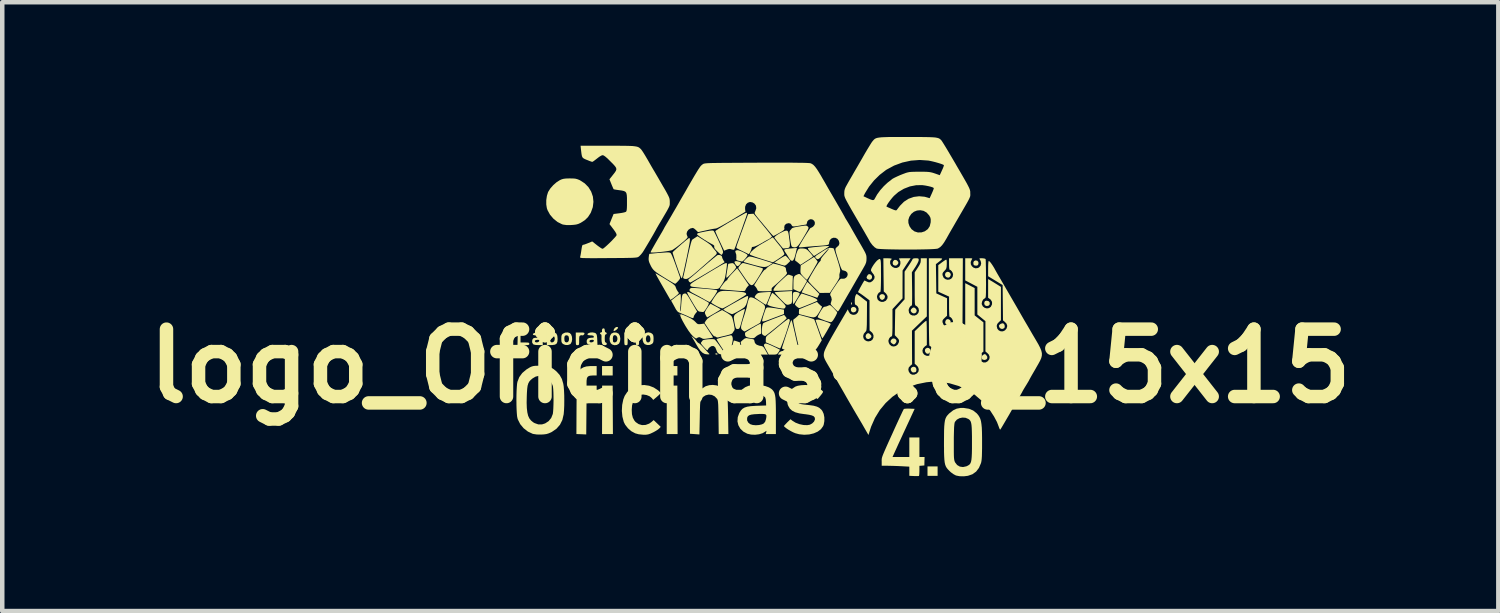
<source format=kicad_pcb>
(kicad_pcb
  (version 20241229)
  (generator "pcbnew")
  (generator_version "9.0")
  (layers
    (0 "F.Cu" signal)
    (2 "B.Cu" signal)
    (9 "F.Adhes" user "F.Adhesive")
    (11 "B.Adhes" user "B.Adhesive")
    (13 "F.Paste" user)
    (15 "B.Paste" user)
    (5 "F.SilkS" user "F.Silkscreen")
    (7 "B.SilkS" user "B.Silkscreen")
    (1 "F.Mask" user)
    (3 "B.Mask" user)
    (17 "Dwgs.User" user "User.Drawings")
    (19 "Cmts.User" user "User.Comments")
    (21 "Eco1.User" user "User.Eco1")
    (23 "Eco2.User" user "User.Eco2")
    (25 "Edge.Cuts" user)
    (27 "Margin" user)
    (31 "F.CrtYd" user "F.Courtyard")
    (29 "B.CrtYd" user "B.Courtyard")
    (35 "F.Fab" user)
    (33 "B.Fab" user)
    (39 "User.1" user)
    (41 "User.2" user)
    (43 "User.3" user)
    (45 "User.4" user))
  (footprint "logo_Oficinas4.0_15x15"
    (layer "F.Cu")
    (at 13.657 5.101)
    (property "Reference" "logo_Oficinas4.0_15x15" (at 0 0 0) (layer "F.SilkS") (effects (font (size 1.5 1.5) (thickness 0.3))))
    (attr board_only exclude_from_pos_files exclude_from_bom)
    (fp_poly (pts (xy -1.58 -1.165) (xy -1.579 -1.147) (xy -1.58 -1.145) (xy -1.589 -1.147) (xy -1.59 -1.155) (xy -1.585 -1.168)) (stroke (width 0) (type solid)) (fill yes) (layer "F.SilkS"))
    (fp_poly (pts (xy -3.064 0.105) (xy -3.064 0.21) (xy -3.182 0.21) (xy -3.301 0.21) (xy -3.301 0.105) (xy -3.301 0) (xy -3.182 0) (xy -3.064 0)) (stroke (width 0) (type solid)) (fill yes) (layer "F.SilkS"))
    (fp_poly (pts (xy -3.062 0.975) (xy -3.059 1.515) (xy -3.18 1.515) (xy -3.301 1.515) (xy -3.3 0.975) (xy -3.299 0.435) (xy -3.182 0.435) (xy -3.064 0.435)) (stroke (width 0) (type solid)) (fill yes) (layer "F.SilkS"))
    (fp_poly (pts (xy -2.484 -0.863) (xy -2.475 -0.84) (xy -2.484 -0.817) (xy -2.513 -0.81) (xy -2.542 -0.817) (xy -2.551 -0.84) (xy -2.542 -0.864) (xy -2.513 -0.87)) (stroke (width 0) (type solid)) (fill yes) (layer "F.SilkS"))
    (fp_poly (pts (xy -1.623 0.105) (xy -1.623 0.21) (xy -1.742 0.21) (xy -1.86 0.21) (xy -1.86 0.105) (xy -1.86 0) (xy -1.742 0) (xy -1.623 0)) (stroke (width 0) (type solid)) (fill yes) (layer "F.SilkS"))
    (fp_poly (pts (xy -1.621 0.975) (xy -1.619 1.515) (xy -1.74 1.515) (xy -1.861 1.515) (xy -1.86 0.975) (xy -1.859 0.435) (xy -1.741 0.435) (xy -1.624 0.435)) (stroke (width 0) (type solid)) (fill yes) (layer "F.SilkS"))
    (fp_poly (pts (xy -0.733 -0.276) (xy -0.728 -0.27) (xy -0.732 -0.258) (xy -0.749 -0.255) (xy -0.774 -0.261) (xy -0.78 -0.27) (xy -0.768 -0.284) (xy -0.759 -0.285)) (stroke (width 0) (type solid)) (fill yes) (layer "F.SilkS"))
    (fp_poly (pts (xy 2.264 -1.413) (xy 2.265 -1.395) (xy 2.26 -1.371) (xy 2.252 -1.365) (xy 2.244 -1.377) (xy 2.246 -1.395) (xy 2.255 -1.42) (xy 2.26 -1.425)) (stroke (width 0) (type solid)) (fill yes) (layer "F.SilkS"))
    (fp_poly (pts (xy 4.171 2.34) (xy 4.171 2.445) (xy 4.058 2.445) (xy 3.946 2.445) (xy 3.946 2.34) (xy 3.946 2.235) (xy 4.058 2.235) (xy 4.171 2.235)) (stroke (width 0) (type solid)) (fill yes) (layer "F.SilkS"))
    (fp_poly (pts (xy 2.962 -1.599) (xy 2.99 -1.577) (xy 3 -1.544) (xy 2.987 -1.506) (xy 2.977 -1.494) (xy 2.942 -1.472) (xy 2.91 -1.481) (xy 2.888 -1.506) (xy 2.873 -1.548) (xy 2.885 -1.581) (xy 2.92 -1.6)) (stroke (width 0) (type solid)) (fill yes) (layer "F.SilkS"))
    (fp_poly (pts (xy -2.947 -0.865) (xy -2.944 -0.849) (xy -2.968 -0.82) (xy -2.975 -0.813) (xy -3.006 -0.79) (xy -3.032 -0.78) (xy -3.045 -0.784) (xy -3.046 -0.787) (xy -3.035 -0.823) (xy -3.01 -0.854) (xy -2.979 -0.87) (xy -2.976 -0.87)) (stroke (width 0) (type solid)) (fill yes) (layer "F.SilkS"))
    (fp_poly (pts (xy 2.315 -1.315) (xy 2.35 -1.295) (xy 2.364 -1.266) (xy 2.359 -1.234) (xy 2.338 -1.207) (xy 2.303 -1.195) (xy 2.277 -1.197) (xy 2.253 -1.214) (xy 2.241 -1.24) (xy 2.242 -1.282) (xy 2.266 -1.31) (xy 2.306 -1.317)) (stroke (width 0) (type solid)) (fill yes) (layer "F.SilkS"))
    (fp_poly (pts (xy 2.643 -0.728) (xy 2.671 -0.705) (xy 2.696 -0.674) (xy 2.696 -0.648) (xy 2.677 -0.624) (xy 2.639 -0.602) (xy 2.6 -0.606) (xy 2.584 -0.618) (xy 2.567 -0.654) (xy 2.575 -0.693) (xy 2.589 -0.712) (xy 2.617 -0.732)) (stroke (width 0) (type solid)) (fill yes) (layer "F.SilkS"))
    (fp_poly (pts (xy 3.669 -1.293) (xy 3.695 -1.264) (xy 3.706 -1.232) (xy 3.694 -1.195) (xy 3.665 -1.175) (xy 3.627 -1.174) (xy 3.594 -1.194) (xy 3.575 -1.221) (xy 3.571 -1.238) (xy 3.583 -1.267) (xy 3.61 -1.294) (xy 3.638 -1.305)) (stroke (width 0) (type solid)) (fill yes) (layer "F.SilkS"))
    (fp_poly (pts (xy 3.972 -0.402) (xy 4 -0.381) (xy 4.015 -0.351) (xy 4.009 -0.316) (xy 3.998 -0.3) (xy 3.964 -0.274) (xy 3.932 -0.276) (xy 3.909 -0.294) (xy 3.888 -0.331) (xy 3.892 -0.37) (xy 3.904 -0.387) (xy 3.938 -0.406)) (stroke (width 0) (type solid)) (fill yes) (layer "F.SilkS"))
    (fp_poly (pts (xy 4.418 -1.042) (xy 4.449 -1.021) (xy 4.463 -0.988) (xy 4.462 -0.969) (xy 4.438 -0.932) (xy 4.404 -0.915) (xy 4.368 -0.923) (xy 4.351 -0.937) (xy 4.339 -0.972) (xy 4.348 -1.01) (xy 4.372 -1.039) (xy 4.382 -1.043)) (stroke (width 0) (type solid)) (fill yes) (layer "F.SilkS"))
    (fp_poly (pts (xy 4.423 -2.094) (xy 4.452 -2.072) (xy 4.464 -2.039) (xy 4.462 -2.02) (xy 4.439 -1.98) (xy 4.405 -1.967) (xy 4.362 -1.982) (xy 4.341 -2.009) (xy 4.337 -2.047) (xy 4.352 -2.081) (xy 4.354 -2.082) (xy 4.387 -2.099)) (stroke (width 0) (type solid)) (fill yes) (layer "F.SilkS"))
    (fp_poly (pts (xy 5.054 -2.346) (xy 5.079 -2.317) (xy 5.08 -2.274) (xy 5.08 -2.273) (xy 5.066 -2.245) (xy 5.037 -2.236) (xy 5.025 -2.235) (xy 4.99 -2.242) (xy 4.972 -2.257) (xy 4.966 -2.301) (xy 4.98 -2.336) (xy 5.012 -2.352)) (stroke (width 0) (type solid)) (fill yes) (layer "F.SilkS"))
    (fp_poly (pts (xy 5.232 -0.263) (xy 5.251 -0.247) (xy 5.276 -0.21) (xy 5.277 -0.174) (xy 5.254 -0.146) (xy 5.214 -0.135) (xy 5.179 -0.143) (xy 5.164 -0.153) (xy 5.147 -0.187) (xy 5.157 -0.224) (xy 5.184 -0.249) (xy 5.213 -0.265)) (stroke (width 0) (type solid)) (fill yes) (layer "F.SilkS"))
    (fp_poly (pts (xy -0.287 -2.333) (xy -0.236 -2.321) (xy -0.211 -2.308) (xy -0.211 -2.29) (xy -0.232 -2.263) (xy -0.233 -2.261) (xy -0.266 -2.23) (xy -0.289 -2.224) (xy -0.313 -2.243) (xy -0.33 -2.265) (xy -0.352 -2.305) (xy -0.348 -2.329) (xy -0.319 -2.337)) (stroke (width 0) (type solid)) (fill yes) (layer "F.SilkS"))
    (fp_poly (pts (xy 2.692 -2.031) (xy 2.71 -2.001) (xy 2.709 -1.959) (xy 2.687 -1.931) (xy 2.654 -1.921) (xy 2.616 -1.934) (xy 2.604 -1.944) (xy 2.589 -1.969) (xy 2.597 -1.998) (xy 2.598 -2) (xy 2.617 -2.029) (xy 2.629 -2.042) (xy 2.661 -2.047)) (stroke (width 0) (type solid)) (fill yes) (layer "F.SilkS"))
    (fp_poly (pts (xy 3.249 -2.362) (xy 3.275 -2.343) (xy 3.296 -2.316) (xy 3.295 -2.289) (xy 3.289 -2.274) (xy 3.261 -2.244) (xy 3.224 -2.235) (xy 3.188 -2.25) (xy 3.181 -2.258) (xy 3.169 -2.292) (xy 3.178 -2.331) (xy 3.202 -2.359) (xy 3.212 -2.364)) (stroke (width 0) (type solid)) (fill yes) (layer "F.SilkS"))
    (fp_poly (pts (xy 5.308 -1.444) (xy 5.331 -1.416) (xy 5.331 -1.377) (xy 5.326 -1.365) (xy 5.299 -1.341) (xy 5.261 -1.337) (xy 5.226 -1.352) (xy 5.221 -1.358) (xy 5.21 -1.39) (xy 5.212 -1.418) (xy 5.226 -1.446) (xy 5.256 -1.455) (xy 5.266 -1.455)) (stroke (width 0) (type solid)) (fill yes) (layer "F.SilkS"))
    (fp_poly (pts (xy 1.174 -0.343) (xy 1.225 -0.341) (xy 1.289 -0.336) (xy 1.335 -0.332) (xy 1.432 -0.323) (xy 1.387 -0.293) (xy 1.347 -0.274) (xy 1.289 -0.263) (xy 1.226 -0.258) (xy 1.11 -0.252) (xy 1.11 -0.298) (xy 1.112 -0.328) (xy 1.123 -0.341) (xy 1.153 -0.344)) (stroke (width 0) (type solid)) (fill yes) (layer "F.SilkS"))
    (fp_poly (pts (xy 3.227 -0.605) (xy 3.251 -0.579) (xy 3.256 -0.553) (xy 3.246 -0.524) (xy 3.223 -0.495) (xy 3.199 -0.48) (xy 3.196 -0.48) (xy 3.177 -0.489) (xy 3.149 -0.508) (xy 3.126 -0.532) (xy 3.124 -0.556) (xy 3.132 -0.576) (xy 3.158 -0.606) (xy 3.193 -0.615)) (stroke (width 0) (type solid)) (fill yes) (layer "F.SilkS"))
    (fp_poly (pts (xy 3.675 0.027) (xy 3.691 0.046) (xy 3.699 0.078) (xy 3.696 0.111) (xy 3.684 0.132) (xy 3.676 0.135) (xy 3.652 0.14) (xy 3.641 0.143) (xy 3.615 0.141) (xy 3.595 0.127) (xy 3.573 0.089) (xy 3.576 0.052) (xy 3.601 0.025) (xy 3.641 0.015)) (stroke (width 0) (type solid)) (fill yes) (layer "F.SilkS"))
    (fp_poly (pts (xy 4.782 -0.794) (xy 4.783 -0.794) (xy 4.807 -0.778) (xy 4.814 -0.75) (xy 4.813 -0.732) (xy 4.806 -0.697) (xy 4.786 -0.682) (xy 4.763 -0.678) (xy 4.727 -0.678) (xy 4.707 -0.684) (xy 4.699 -0.706) (xy 4.696 -0.737) (xy 4.707 -0.778) (xy 4.738 -0.798)) (stroke (width 0) (type solid)) (fill yes) (layer "F.SilkS"))
    (fp_poly (pts (xy 5.632 -0.951) (xy 5.656 -0.928) (xy 5.667 -0.891) (xy 5.661 -0.855) (xy 5.656 -0.847) (xy 5.624 -0.828) (xy 5.586 -0.829) (xy 5.556 -0.848) (xy 5.552 -0.854) (xy 5.539 -0.884) (xy 5.536 -0.899) (xy 5.549 -0.921) (xy 5.578 -0.941) (xy 5.612 -0.952)) (stroke (width 0) (type solid)) (fill yes) (layer "F.SilkS"))
    (fp_poly (pts (xy 0.803 -2.442) (xy 0.831 -2.413) (xy 0.846 -2.396) (xy 0.891 -2.34) (xy 0.84 -2.288) (xy 0.806 -2.257) (xy 0.776 -2.239) (xy 0.766 -2.236) (xy 0.741 -2.241) (xy 0.696 -2.253) (xy 0.642 -2.27) (xy 0.638 -2.271) (xy 0.533 -2.305) (xy 0.651 -2.383) (xy 0.704 -2.417) (xy 0.749 -2.442) (xy 0.778 -2.455) (xy 0.786 -2.456)) (stroke (width 0) (type solid)) (fill yes) (layer "F.SilkS"))
    (fp_poly (pts (xy 0.989 -0.344) (xy 1.038 -0.342) (xy 1.067 -0.336) (xy 1.082 -0.328) (xy 1.086 -0.321) (xy 1.094 -0.297) (xy 1.095 -0.28) (xy 1.085 -0.268) (xy 1.06 -0.261) (xy 1.017 -0.257) (xy 0.951 -0.255) (xy 0.859 -0.255) (xy 0.855 -0.255) (xy 0.614 -0.255) (xy 0.638 -0.291) (xy 0.656 -0.312) (xy 0.683 -0.327) (xy 0.722 -0.337) (xy 0.779 -0.342) (xy 0.859 -0.345) (xy 0.915 -0.345)) (stroke (width 0) (type solid)) (fill yes) (layer "F.SilkS"))
    (fp_poly (pts (xy 1.049 -1.646) (xy 1.082 -1.633) (xy 1.099 -1.616) (xy 1.1 -1.61) (xy 1.09 -1.587) (xy 1.07 -1.548) (xy 1.043 -1.502) (xy 1.014 -1.455) (xy 0.987 -1.414) (xy 0.967 -1.387) (xy 0.959 -1.38) (xy 0.953 -1.394) (xy 0.948 -1.431) (xy 0.945 -1.484) (xy 0.945 -1.508) (xy 0.946 -1.571) (xy 0.949 -1.61) (xy 0.955 -1.632) (xy 0.967 -1.644) (xy 0.979 -1.649) (xy 1.011 -1.652)) (stroke (width 0) (type solid)) (fill yes) (layer "F.SilkS"))
    (fp_poly (pts (xy 1.281 -1.866) (xy 1.309 -1.84) (xy 1.35 -1.8) (xy 1.399 -1.75) (xy 1.406 -1.742) (xy 1.538 -1.605) (xy 1.515 -1.563) (xy 1.492 -1.52) (xy 1.321 -1.578) (xy 1.255 -1.6) (xy 1.199 -1.619) (xy 1.161 -1.634) (xy 1.145 -1.64) (xy 1.145 -1.64) (xy 1.15 -1.654) (xy 1.165 -1.687) (xy 1.188 -1.731) (xy 1.214 -1.779) (xy 1.239 -1.824) (xy 1.259 -1.858) (xy 1.269 -1.874)) (stroke (width 0) (type solid)) (fill yes) (layer "F.SilkS"))
    (fp_poly (pts (xy 1.75 -2.673) (xy 1.755 -2.671) (xy 1.752 -2.665) (xy 1.74 -2.655) (xy 1.716 -2.638) (xy 1.676 -2.612) (xy 1.618 -2.575) (xy 1.538 -2.525) (xy 1.418 -2.45) (xy 1.344 -2.531) (xy 1.306 -2.578) (xy 1.285 -2.611) (xy 1.285 -2.626) (xy 1.303 -2.632) (xy 1.344 -2.638) (xy 1.401 -2.646) (xy 1.469 -2.653) (xy 1.541 -2.66) (xy 1.611 -2.667) (xy 1.673 -2.671) (xy 1.722 -2.673)) (stroke (width 0) (type solid)) (fill yes) (layer "F.SilkS"))
    (fp_poly (pts (xy 1.028 -2.582) (xy 1.006 -2.488) (xy 0.987 -2.42) (xy 0.969 -2.376) (xy 0.951 -2.351) (xy 0.935 -2.343) (xy 0.908 -2.349) (xy 0.88 -2.378) (xy 0.868 -2.396) (xy 0.843 -2.437) (xy 0.822 -2.47) (xy 0.818 -2.477) (xy 0.798 -2.507) (xy 0.774 -2.542) (xy 0.757 -2.574) (xy 0.759 -2.595) (xy 0.759 -2.595) (xy 0.779 -2.602) (xy 0.822 -2.61) (xy 0.879 -2.617) (xy 0.906 -2.619) (xy 1.039 -2.63)) (stroke (width 0) (type solid)) (fill yes) (layer "F.SilkS"))
    (fp_poly (pts (xy 1.116 -2.038) (xy 1.147 -2.011) (xy 1.181 -1.977) (xy 1.263 -1.894) (xy 1.193 -1.772) (xy 1.161 -1.719) (xy 1.132 -1.678) (xy 1.111 -1.654) (xy 1.105 -1.65) (xy 1.082 -1.657) (xy 1.044 -1.672) (xy 1.024 -1.682) (xy 0.96 -1.713) (xy 0.96 -1.846) (xy 0.962 -1.917) (xy 0.968 -1.966) (xy 0.982 -1.998) (xy 1.007 -2.02) (xy 1.047 -2.039) (xy 1.05 -2.04) (xy 1.075 -2.049) (xy 1.095 -2.05)) (stroke (width 0) (type solid)) (fill yes) (layer "F.SilkS"))
    (fp_poly (pts (xy -2.496 -0.749) (xy -2.485 -0.742) (xy -2.479 -0.724) (xy -2.476 -0.689) (xy -2.475 -0.632) (xy -2.475 -0.608) (xy -2.476 -0.542) (xy -2.478 -0.5) (xy -2.482 -0.477) (xy -2.491 -0.467) (xy -2.507 -0.465) (xy -2.513 -0.465) (xy -2.53 -0.466) (xy -2.541 -0.473) (xy -2.547 -0.491) (xy -2.55 -0.526) (xy -2.55 -0.584) (xy -2.551 -0.608) (xy -2.55 -0.674) (xy -2.548 -0.715) (xy -2.544 -0.738) (xy -2.535 -0.748) (xy -2.519 -0.75) (xy -2.513 -0.75)) (stroke (width 0) (type solid)) (fill yes) (layer "F.SilkS"))
    (fp_poly (pts (xy -0.773 -1.329) (xy -0.722 -1.301) (xy -0.683 -1.278) (xy -0.662 -1.264) (xy -0.66 -1.261) (xy -0.672 -1.252) (xy -0.704 -1.231) (xy -0.749 -1.204) (xy -0.802 -1.172) (xy -0.856 -1.141) (xy -0.905 -1.113) (xy -0.942 -1.093) (xy -0.959 -1.084) (xy -0.97 -1.095) (xy -0.987 -1.124) (xy -0.994 -1.136) (xy -1.008 -1.171) (xy -1.011 -1.196) (xy -0.999 -1.225) (xy -0.984 -1.253) (xy -0.954 -1.299) (xy -0.925 -1.341) (xy -0.917 -1.351) (xy -0.887 -1.388)) (stroke (width 0) (type solid)) (fill yes) (layer "F.SilkS"))
    (fp_poly (pts (xy 0.36 -0.5) (xy 0.396 -0.488) (xy 0.451 -0.466) (xy 0.503 -0.442) (xy 0.565 -0.413) (xy 0.615 -0.388) (xy 0.649 -0.37) (xy 0.66 -0.362) (xy 0.652 -0.346) (xy 0.633 -0.315) (xy 0.626 -0.305) (xy 0.605 -0.277) (xy 0.584 -0.262) (xy 0.553 -0.256) (xy 0.502 -0.255) (xy 0.411 -0.255) (xy 0.355 -0.355) (xy 0.325 -0.41) (xy 0.308 -0.445) (xy 0.303 -0.467) (xy 0.308 -0.481) (xy 0.322 -0.494) (xy 0.323 -0.495) (xy 0.337 -0.502)) (stroke (width 0) (type solid)) (fill yes) (layer "F.SilkS"))
    (fp_poly (pts (xy 0.93 -1.532) (xy 0.93 -1.467) (xy 0.927 -1.426) (xy 0.921 -1.402) (xy 0.911 -1.389) (xy 0.896 -1.382) (xy 0.86 -1.369) (xy 0.832 -1.364) (xy 0.806 -1.37) (xy 0.776 -1.389) (xy 0.739 -1.423) (xy 0.687 -1.476) (xy 0.669 -1.495) (xy 0.619 -1.548) (xy 0.579 -1.593) (xy 0.552 -1.625) (xy 0.542 -1.641) (xy 0.542 -1.642) (xy 0.559 -1.646) (xy 0.6 -1.65) (xy 0.659 -1.655) (xy 0.73 -1.659) (xy 0.74 -1.66) (xy 0.93 -1.67)) (stroke (width 0) (type solid)) (fill yes) (layer "F.SilkS"))
    (fp_poly (pts (xy -5.133 -0.868) (xy -5.124 -0.859) (xy -5.119 -0.837) (xy -5.117 -0.798) (xy -5.116 -0.736) (xy -5.116 -0.698) (xy -5.116 -0.525) (xy -5.018 -0.525) (xy -4.966 -0.524) (xy -4.936 -0.52) (xy -4.924 -0.511) (xy -4.921 -0.495) (xy -4.923 -0.481) (xy -4.934 -0.472) (xy -4.959 -0.467) (xy -5.004 -0.465) (xy -5.052 -0.465) (xy -5.184 -0.465) (xy -5.179 -0.668) (xy -5.177 -0.749) (xy -5.174 -0.805) (xy -5.171 -0.841) (xy -5.165 -0.86) (xy -5.156 -0.869) (xy -5.145 -0.87)) (stroke (width 0) (type solid)) (fill yes) (layer "F.SilkS"))
    (fp_poly (pts (xy -0.253 -2.574) (xy -0.209 -2.558) (xy -0.16 -2.536) (xy -0.114 -2.512) (xy -0.078 -2.49) (xy -0.061 -2.473) (xy -0.06 -2.471) (xy -0.069 -2.448) (xy -0.093 -2.414) (xy -0.124 -2.377) (xy -0.155 -2.346) (xy -0.179 -2.328) (xy -0.185 -2.327) (xy -0.21 -2.332) (xy -0.25 -2.341) (xy -0.26 -2.344) (xy -0.297 -2.355) (xy -0.312 -2.37) (xy -0.312 -2.399) (xy -0.31 -2.414) (xy -0.312 -2.48) (xy -0.323 -2.512) (xy -0.335 -2.551) (xy -0.322 -2.573) (xy -0.283 -2.58)) (stroke (width 0) (type solid)) (fill yes) (layer "F.SilkS"))
    (fp_poly (pts (xy -0.079 -0.622) (xy -0.043 -0.615) (xy 0.006 -0.608) (xy 0.023 -0.605) (xy 0.065 -0.597) (xy 0.085 -0.585) (xy 0.09 -0.564) (xy 0.09 -0.562) (xy 0.104 -0.512) (xy 0.142 -0.475) (xy 0.202 -0.453) (xy 0.216 -0.451) (xy 0.253 -0.445) (xy 0.279 -0.435) (xy 0.3 -0.413) (xy 0.325 -0.374) (xy 0.339 -0.349) (xy 0.392 -0.255) (xy 0.115 -0.255) (xy -0.162 -0.255) (xy -0.188 -0.396) (xy -0.215 -0.536) (xy -0.164 -0.583) (xy -0.121 -0.615) (xy -0.086 -0.623)) (stroke (width 0) (type solid)) (fill yes) (layer "F.SilkS"))
    (fp_poly (pts (xy 0.438 -1.303) (xy 0.495 -1.296) (xy 0.562 -1.287) (xy 0.601 -1.28) (xy 0.75 -1.256) (xy 0.75 -1.207) (xy 0.75 -1.159) (xy 0.529 -1.075) (xy 0.439 -1.041) (xy 0.373 -1.016) (xy 0.327 -1.001) (xy 0.297 -0.994) (xy 0.279 -0.993) (xy 0.268 -0.997) (xy 0.264 -1.003) (xy 0.265 -1.022) (xy 0.274 -1.062) (xy 0.29 -1.118) (xy 0.304 -1.16) (xy 0.326 -1.226) (xy 0.342 -1.268) (xy 0.355 -1.291) (xy 0.37 -1.302) (xy 0.389 -1.305) (xy 0.402 -1.305)) (stroke (width 0) (type solid)) (fill yes) (layer "F.SilkS"))
    (fp_poly (pts (xy 0.869 -2.032) (xy 0.887 -2.025) (xy 0.893 -2.023) (xy 0.947 -2.004) (xy 0.942 -1.846) (xy 0.938 -1.688) (xy 0.863 -1.685) (xy 0.751 -1.68) (xy 0.666 -1.677) (xy 0.604 -1.675) (xy 0.562 -1.675) (xy 0.536 -1.676) (xy 0.522 -1.678) (xy 0.517 -1.681) (xy 0.518 -1.705) (xy 0.538 -1.743) (xy 0.571 -1.788) (xy 0.613 -1.834) (xy 0.618 -1.839) (xy 0.692 -1.908) (xy 0.748 -1.96) (xy 0.788 -1.996) (xy 0.817 -2.019) (xy 0.838 -2.031) (xy 0.854 -2.035)) (stroke (width 0) (type solid)) (fill yes) (layer "F.SilkS"))
    (fp_poly (pts (xy 1.459 -2.382) (xy 1.484 -2.35) (xy 1.499 -2.328) (xy 1.5 -2.324) (xy 1.493 -2.307) (xy 1.474 -2.27) (xy 1.445 -2.22) (xy 1.411 -2.16) (xy 1.374 -2.097) (xy 1.338 -2.037) (xy 1.305 -1.984) (xy 1.279 -1.944) (xy 1.264 -1.923) (xy 1.261 -1.92) (xy 1.246 -1.93) (xy 1.217 -1.957) (xy 1.181 -1.993) (xy 1.145 -2.033) (xy 1.124 -2.063) (xy 1.117 -2.092) (xy 1.117 -2.133) (xy 1.118 -2.153) (xy 1.123 -2.241) (xy 1.27 -2.335) (xy 1.418 -2.43)) (stroke (width 0) (type solid)) (fill yes) (layer "F.SilkS"))
    (fp_poly (pts (xy 1.526 -1.385) (xy 1.558 -1.354) (xy 1.584 -1.335) (xy 1.589 -1.333) (xy 1.596 -1.323) (xy 1.589 -1.298) (xy 1.568 -1.256) (xy 1.546 -1.218) (xy 1.509 -1.158) (xy 1.478 -1.117) (xy 1.447 -1.093) (xy 1.41 -1.084) (xy 1.36 -1.089) (xy 1.291 -1.104) (xy 1.238 -1.118) (xy 1.177 -1.134) (xy 1.128 -1.146) (xy 1.097 -1.154) (xy 1.091 -1.155) (xy 1.084 -1.168) (xy 1.082 -1.201) (xy 1.083 -1.21) (xy 1.088 -1.266) (xy 1.286 -1.347) (xy 1.485 -1.429)) (stroke (width 0) (type solid)) (fill yes) (layer "F.SilkS"))
    (fp_poly (pts (xy -0.352 -0.566) (xy -0.318 -0.557) (xy -0.298 -0.55) (xy -0.233 -0.528) (xy -0.207 -0.403) (xy -0.195 -0.345) (xy -0.186 -0.298) (xy -0.181 -0.27) (xy -0.181 -0.266) (xy -0.194 -0.261) (xy -0.231 -0.258) (xy -0.285 -0.255) (xy -0.317 -0.255) (xy -0.381 -0.256) (xy -0.421 -0.258) (xy -0.442 -0.263) (xy -0.448 -0.272) (xy -0.446 -0.281) (xy -0.439 -0.307) (xy -0.427 -0.354) (xy -0.411 -0.412) (xy -0.404 -0.435) (xy -0.389 -0.493) (xy -0.376 -0.538) (xy -0.368 -0.564) (xy -0.366 -0.567)) (stroke (width 0) (type solid)) (fill yes) (layer "F.SilkS"))
    (fp_poly (pts (xy -0.12 -1.263) (xy -0.124 -1.243) (xy -0.135 -1.2) (xy -0.151 -1.14) (xy -0.171 -1.068) (xy -0.193 -0.991) (xy -0.211 -0.926) (xy -0.228 -0.873) (xy -0.242 -0.843) (xy -0.257 -0.829) (xy -0.278 -0.825) (xy -0.282 -0.825) (xy -0.303 -0.827) (xy -0.317 -0.836) (xy -0.327 -0.857) (xy -0.338 -0.898) (xy -0.348 -0.949) (xy -0.362 -1.026) (xy -0.367 -1.082) (xy -0.359 -1.122) (xy -0.336 -1.153) (xy -0.297 -1.182) (xy -0.265 -1.202) (xy -0.197 -1.24) (xy -0.152 -1.262) (xy -0.127 -1.269)) (stroke (width 0) (type solid)) (fill yes) (layer "F.SilkS"))
    (fp_poly (pts (xy -0.002 -2.438) (xy 0.049 -2.428) (xy 0.126 -2.407) (xy 0.23 -2.377) (xy 0.361 -2.336) (xy 0.425 -2.316) (xy 0.497 -2.292) (xy 0.441 -2.254) (xy 0.401 -2.229) (xy 0.363 -2.213) (xy 0.323 -2.206) (xy 0.274 -2.208) (xy 0.211 -2.219) (xy 0.129 -2.239) (xy 0.074 -2.254) (xy -0.002 -2.275) (xy -0.068 -2.294) (xy -0.117 -2.308) (xy -0.145 -2.317) (xy -0.149 -2.319) (xy -0.144 -2.333) (xy -0.123 -2.359) (xy -0.093 -2.389) (xy -0.061 -2.417) (xy -0.034 -2.436) (xy -0.027 -2.439)) (stroke (width 0) (type solid)) (fill yes) (layer "F.SilkS"))
    (fp_poly (pts (xy 0.511 -1.617) (xy 0.548 -1.587) (xy 0.599 -1.54) (xy 0.662 -1.479) (xy 0.725 -1.414) (xy 0.763 -1.373) (xy 0.783 -1.346) (xy 0.788 -1.326) (xy 0.781 -1.307) (xy 0.772 -1.292) (xy 0.76 -1.283) (xy 0.74 -1.279) (xy 0.707 -1.281) (xy 0.655 -1.289) (xy 0.579 -1.303) (xy 0.577 -1.303) (xy 0.513 -1.317) (xy 0.457 -1.332) (xy 0.418 -1.346) (xy 0.409 -1.351) (xy 0.377 -1.374) (xy 0.427 -1.501) (xy 0.451 -1.557) (xy 0.472 -1.6) (xy 0.487 -1.625) (xy 0.492 -1.628)) (stroke (width 0) (type solid)) (fill yes) (layer "F.SilkS"))
    (fp_poly (pts (xy -3.732 -0.747) (xy -3.701 -0.741) (xy -3.691 -0.73) (xy -3.691 -0.729) (xy -3.699 -0.706) (xy -3.719 -0.687) (xy -3.737 -0.682) (xy -3.74 -0.684) (xy -3.759 -0.687) (xy -3.78 -0.683) (xy -3.796 -0.674) (xy -3.806 -0.657) (xy -3.81 -0.624) (xy -3.811 -0.569) (xy -3.811 -0.515) (xy -3.815 -0.483) (xy -3.823 -0.469) (xy -3.839 -0.465) (xy -3.848 -0.465) (xy -3.866 -0.466) (xy -3.877 -0.473) (xy -3.883 -0.491) (xy -3.885 -0.527) (xy -3.886 -0.585) (xy -3.886 -0.605) (xy -3.886 -0.746) (xy -3.788 -0.747)) (stroke (width 0) (type solid)) (fill yes) (layer "F.SilkS"))
    (fp_poly (pts (xy -2.652 -0.747) (xy -2.621 -0.741) (xy -2.611 -0.73) (xy -2.611 -0.729) (xy -2.619 -0.706) (xy -2.638 -0.687) (xy -2.657 -0.682) (xy -2.66 -0.684) (xy -2.679 -0.687) (xy -2.699 -0.683) (xy -2.716 -0.674) (xy -2.725 -0.657) (xy -2.73 -0.624) (xy -2.731 -0.569) (xy -2.731 -0.515) (xy -2.734 -0.483) (xy -2.743 -0.469) (xy -2.759 -0.465) (xy -2.768 -0.465) (xy -2.786 -0.466) (xy -2.797 -0.473) (xy -2.802 -0.491) (xy -2.805 -0.527) (xy -2.806 -0.585) (xy -2.806 -0.605) (xy -2.806 -0.746) (xy -2.708 -0.747)) (stroke (width 0) (type solid)) (fill yes) (layer "F.SilkS"))
    (fp_poly (pts (xy -0.368 -2.28) (xy -0.347 -2.257) (xy -0.325 -2.224) (xy -0.315 -2.198) (xy -0.315 -2.196) (xy -0.325 -2.177) (xy -0.35 -2.144) (xy -0.386 -2.102) (xy -0.427 -2.057) (xy -0.467 -2.016) (xy -0.501 -1.984) (xy -0.524 -1.967) (xy -0.528 -1.965) (xy -0.535 -1.978) (xy -0.534 -2.01) (xy -0.533 -2.014) (xy -0.527 -2.054) (xy -0.518 -2.111) (xy -0.509 -2.167) (xy -0.501 -2.219) (xy -0.494 -2.258) (xy -0.491 -2.275) (xy -0.491 -2.275) (xy -0.475 -2.279) (xy -0.442 -2.286) (xy -0.433 -2.288) (xy -0.394 -2.292)) (stroke (width 0) (type solid)) (fill yes) (layer "F.SilkS"))
    (fp_poly (pts (xy 0.236 -0.931) (xy 0.239 -0.895) (xy 0.24 -0.843) (xy 0.24 -0.833) (xy 0.24 -0.721) (xy 0.191 -0.7) (xy 0.148 -0.676) (xy 0.114 -0.647) (xy 0.114 -0.647) (xy 0.09 -0.627) (xy 0.061 -0.619) (xy 0.019 -0.621) (xy -0.041 -0.633) (xy -0.085 -0.647) (xy -0.108 -0.667) (xy -0.114 -0.683) (xy -0.118 -0.72) (xy -0.115 -0.741) (xy -0.101 -0.754) (xy -0.066 -0.777) (xy -0.017 -0.808) (xy 0.04 -0.843) (xy 0.099 -0.877) (xy 0.154 -0.908) (xy 0.198 -0.931) (xy 0.226 -0.944) (xy 0.231 -0.945)) (stroke (width 0) (type solid)) (fill yes) (layer "F.SilkS"))
    (fp_poly (pts (xy 0.817 -3.014) (xy 0.831 -3.007) (xy 0.841 -2.99) (xy 0.85 -2.957) (xy 0.859 -2.905) (xy 0.869 -2.828) (xy 0.87 -2.822) (xy 0.88 -2.743) (xy 0.882 -2.689) (xy 0.875 -2.655) (xy 0.857 -2.635) (xy 0.827 -2.626) (xy 0.8 -2.623) (xy 0.73 -2.617) (xy 0.639 -2.728) (xy 0.598 -2.778) (xy 0.564 -2.821) (xy 0.541 -2.851) (xy 0.536 -2.859) (xy 0.542 -2.875) (xy 0.57 -2.9) (xy 0.611 -2.929) (xy 0.661 -2.959) (xy 0.712 -2.986) (xy 0.759 -3.006) (xy 0.794 -3.015) (xy 0.797 -3.015)) (stroke (width 0) (type solid)) (fill yes) (layer "F.SilkS"))
    (fp_poly (pts (xy 0.453 -1.648) (xy 0.459 -1.646) (xy 0.457 -1.63) (xy 0.446 -1.594) (xy 0.428 -1.545) (xy 0.407 -1.491) (xy 0.385 -1.439) (xy 0.366 -1.396) (xy 0.352 -1.37) (xy 0.347 -1.365) (xy 0.331 -1.373) (xy 0.296 -1.394) (xy 0.249 -1.425) (xy 0.225 -1.441) (xy 0.173 -1.476) (xy 0.131 -1.506) (xy 0.105 -1.526) (xy 0.1 -1.53) (xy 0.101 -1.548) (xy 0.118 -1.577) (xy 0.127 -1.587) (xy 0.148 -1.609) (xy 0.17 -1.623) (xy 0.201 -1.632) (xy 0.247 -1.638) (xy 0.31 -1.643) (xy 0.372 -1.647) (xy 0.422 -1.649)) (stroke (width 0) (type solid)) (fill yes) (layer "F.SilkS"))
    (fp_poly (pts (xy 0.92 -1.015) (xy 0.928 -0.997) (xy 0.937 -0.964) (xy 0.95 -0.912) (xy 0.967 -0.839) (xy 0.99 -0.742) (xy 1.002 -0.686) (xy 1.076 -0.36) (xy 0.932 -0.362) (xy 0.864 -0.364) (xy 0.803 -0.366) (xy 0.759 -0.369) (xy 0.746 -0.371) (xy 0.716 -0.382) (xy 0.705 -0.397) (xy 0.71 -0.416) (xy 0.722 -0.457) (xy 0.741 -0.517) (xy 0.764 -0.589) (xy 0.79 -0.669) (xy 0.817 -0.752) (xy 0.844 -0.831) (xy 0.868 -0.903) (xy 0.888 -0.962) (xy 0.903 -1.002) (xy 0.91 -1.019) (xy 0.91 -1.019) (xy 0.915 -1.021)) (stroke (width 0) (type solid)) (fill yes) (layer "F.SilkS"))
    (fp_poly (pts (xy -1.265 -0.63) (xy -1.227 -0.594) (xy -1.196 -0.555) (xy -1.194 -0.551) (xy -1.17 -0.523) (xy -1.149 -0.51) (xy -1.148 -0.51) (xy -1.13 -0.499) (xy -1.098 -0.471) (xy -1.057 -0.429) (xy -1.025 -0.394) (xy -0.981 -0.344) (xy -0.944 -0.304) (xy -0.919 -0.277) (xy -0.911 -0.269) (xy -0.911 -0.262) (xy -0.932 -0.259) (xy -0.964 -0.261) (xy -0.999 -0.266) (xy -1.02 -0.272) (xy -1.065 -0.297) (xy -1.108 -0.338) (xy -1.153 -0.399) (xy -1.189 -0.458) (xy -1.222 -0.516) (xy -1.254 -0.571) (xy -1.279 -0.612) (xy -1.281 -0.615) (xy -1.312 -0.668)) (stroke (width 0) (type solid)) (fill yes) (layer "F.SilkS"))
    (fp_poly (pts (xy -0.416 -0.682) (xy -0.4 -0.657) (xy -0.395 -0.642) (xy -0.39 -0.614) (xy -0.39 -0.58) (xy -0.398 -0.534) (xy -0.413 -0.469) (xy -0.424 -0.423) (xy -0.447 -0.343) (xy -0.467 -0.288) (xy -0.487 -0.258) (xy -0.511 -0.255) (xy -0.54 -0.278) (xy -0.579 -0.327) (xy -0.629 -0.401) (xy -0.642 -0.42) (xy -0.682 -0.483) (xy -0.716 -0.536) (xy -0.739 -0.576) (xy -0.75 -0.596) (xy -0.75 -0.597) (xy -0.737 -0.606) (xy -0.7 -0.618) (xy -0.647 -0.634) (xy -0.608 -0.644) (xy -0.543 -0.659) (xy -0.488 -0.673) (xy -0.449 -0.682) (xy -0.438 -0.685)) (stroke (width 0) (type solid)) (fill yes) (layer "F.SilkS"))
    (fp_poly (pts (xy 1.504 -1.035) (xy 1.539 -1.03) (xy 1.589 -1.018) (xy 1.645 -1.001) (xy 1.7 -0.982) (xy 1.748 -0.963) (xy 1.781 -0.947) (xy 1.791 -0.936) (xy 1.783 -0.918) (xy 1.764 -0.881) (xy 1.736 -0.831) (xy 1.705 -0.776) (xy 1.672 -0.721) (xy 1.643 -0.672) (xy 1.619 -0.635) (xy 1.606 -0.617) (xy 1.605 -0.616) (xy 1.597 -0.629) (xy 1.581 -0.665) (xy 1.56 -0.72) (xy 1.535 -0.788) (xy 1.526 -0.814) (xy 1.5 -0.886) (xy 1.479 -0.949) (xy 1.463 -0.995) (xy 1.456 -1.021) (xy 1.455 -1.024) (xy 1.468 -1.031) (xy 1.5 -1.035)) (stroke (width 0) (type solid)) (fill yes) (layer "F.SilkS"))
    (fp_poly (pts (xy -2.098 -2.059) (xy -2.063 -2.04) (xy -2.011 -2.009) (xy -1.946 -1.971) (xy -1.891 -1.937) (xy -1.81 -1.887) (xy -1.752 -1.85) (xy -1.712 -1.821) (xy -1.686 -1.798) (xy -1.67 -1.778) (xy -1.661 -1.757) (xy -1.659 -1.75) (xy -1.641 -1.705) (xy -1.619 -1.668) (xy -1.617 -1.665) (xy -1.597 -1.639) (xy -1.591 -1.624) (xy -1.602 -1.608) (xy -1.63 -1.581) (xy -1.669 -1.549) (xy -1.711 -1.516) (xy -1.74 -1.496) (xy -1.778 -1.472) (xy -1.947 -1.766) (xy -1.995 -1.85) (xy -2.038 -1.926) (xy -2.073 -1.988) (xy -2.097 -2.034) (xy -2.11 -2.06) (xy -2.111 -2.064)) (stroke (width 0) (type solid)) (fill yes) (layer "F.SilkS"))
    (fp_poly (pts (xy 1.177 -2.618) (xy 1.22 -2.612) (xy 1.251 -2.6) (xy 1.282 -2.576) (xy 1.322 -2.534) (xy 1.324 -2.532) (xy 1.359 -2.492) (xy 1.384 -2.46) (xy 1.395 -2.444) (xy 1.395 -2.444) (xy 1.39 -2.435) (xy 1.371 -2.42) (xy 1.336 -2.396) (xy 1.282 -2.36) (xy 1.206 -2.311) (xy 1.197 -2.305) (xy 1.117 -2.254) (xy 1.07 -2.295) (xy 1.036 -2.323) (xy 1.009 -2.341) (xy 1.005 -2.343) (xy 0.998 -2.36) (xy 1.001 -2.396) (xy 1.011 -2.445) (xy 1.025 -2.498) (xy 1.043 -2.549) (xy 1.061 -2.588) (xy 1.076 -2.607) (xy 1.112 -2.619) (xy 1.17 -2.619)) (stroke (width 0) (type solid)) (fill yes) (layer "F.SilkS"))
    (fp_poly (pts (xy 0.781 -1.106) (xy 0.802 -1.079) (xy 0.81 -1.064) (xy 0.799 -1.05) (xy 0.772 -1.024) (xy 0.739 -0.995) (xy 0.694 -0.958) (xy 0.638 -0.912) (xy 0.576 -0.861) (xy 0.513 -0.81) (xy 0.453 -0.762) (xy 0.401 -0.721) (xy 0.361 -0.69) (xy 0.339 -0.673) (xy 0.337 -0.672) (xy 0.315 -0.673) (xy 0.286 -0.689) (xy 0.268 -0.705) (xy 0.258 -0.725) (xy 0.255 -0.755) (xy 0.257 -0.805) (xy 0.258 -0.824) (xy 0.265 -0.885) (xy 0.276 -0.931) (xy 0.287 -0.953) (xy 0.308 -0.965) (xy 0.351 -0.985) (xy 0.412 -1.01) (xy 0.485 -1.039) (xy 0.53 -1.056) (xy 0.753 -1.14)) (stroke (width 0) (type solid)) (fill yes) (layer "F.SilkS"))
    (fp_poly (pts (xy 1.166 -1.609) (xy 1.209 -1.595) (xy 1.266 -1.576) (xy 1.313 -1.561) (xy 1.4 -1.529) (xy 1.459 -1.501) (xy 1.49 -1.477) (xy 1.492 -1.457) (xy 1.489 -1.454) (xy 1.471 -1.444) (xy 1.431 -1.426) (xy 1.376 -1.402) (xy 1.313 -1.376) (xy 1.247 -1.349) (xy 1.185 -1.325) (xy 1.134 -1.305) (xy 1.099 -1.293) (xy 1.088 -1.291) (xy 1.068 -1.3) (xy 1.037 -1.323) (xy 1.03 -1.329) (xy 1.004 -1.355) (xy 0.993 -1.375) (xy 0.993 -1.377) (xy 1.014 -1.421) (xy 1.042 -1.471) (xy 1.074 -1.523) (xy 1.104 -1.568) (xy 1.129 -1.601) (xy 1.144 -1.616) (xy 1.146 -1.616)) (stroke (width 0) (type solid)) (fill yes) (layer "F.SilkS"))
    (fp_poly (pts (xy -0.048 -1.551) (xy -0.048 -1.527) (xy -0.056 -1.484) (xy -0.069 -1.435) (xy -0.095 -1.361) (xy -0.128 -1.313) (xy -0.132 -1.309) (xy -0.167 -1.284) (xy -0.215 -1.253) (xy -0.27 -1.221) (xy -0.324 -1.191) (xy -0.371 -1.168) (xy -0.401 -1.156) (xy -0.407 -1.156) (xy -0.43 -1.163) (xy -0.47 -1.181) (xy -0.514 -1.203) (xy -0.558 -1.228) (xy -0.589 -1.249) (xy -0.6 -1.26) (xy -0.588 -1.27) (xy -0.554 -1.292) (xy -0.503 -1.322) (xy -0.44 -1.359) (xy -0.37 -1.399) (xy -0.298 -1.439) (xy -0.229 -1.478) (xy -0.166 -1.511) (xy -0.116 -1.537) (xy -0.083 -1.553) (xy -0.075 -1.556) (xy -0.057 -1.558)) (stroke (width 0) (type solid)) (fill yes) (layer "F.SilkS"))
    (fp_poly (pts (xy -0.144 -2.292) (xy -0.101 -2.281) (xy -0.042 -2.266) (xy 0.027 -2.248) (xy 0.098 -2.229) (xy 0.165 -2.21) (xy 0.222 -2.194) (xy 0.261 -2.182) (xy 0.273 -2.178) (xy 0.28 -2.17) (xy 0.279 -2.155) (xy 0.268 -2.127) (xy 0.244 -2.083) (xy 0.206 -2.02) (xy 0.184 -1.984) (xy 0.132 -1.901) (xy 0.091 -1.843) (xy 0.058 -1.809) (xy 0.027 -1.8) (xy -0.006 -1.816) (xy -0.044 -1.856) (xy -0.092 -1.92) (xy -0.136 -1.984) (xy -0.181 -2.049) (xy -0.219 -2.106) (xy -0.248 -2.149) (xy -0.265 -2.174) (xy -0.267 -2.178) (xy -0.262 -2.198) (xy -0.242 -2.228) (xy -0.214 -2.26) (xy -0.186 -2.285) (xy -0.165 -2.295)) (stroke (width 0) (type solid)) (fill yes) (layer "F.SilkS"))
    (fp_poly (pts (xy -1.366 -1.644) (xy -1.325 -1.625) (xy -1.269 -1.598) (xy -1.204 -1.565) (xy -1.135 -1.529) (xy -1.067 -1.493) (xy -1.006 -1.46) (xy -0.959 -1.432) (xy -0.929 -1.413) (xy -0.924 -1.41) (xy -0.924 -1.391) (xy -0.938 -1.356) (xy -0.961 -1.313) (xy -0.989 -1.269) (xy -1.017 -1.231) (xy -1.04 -1.207) (xy -1.05 -1.203) (xy -1.081 -1.206) (xy -1.121 -1.211) (xy -1.14 -1.215) (xy -1.159 -1.226) (xy -1.179 -1.246) (xy -1.203 -1.281) (xy -1.236 -1.333) (xy -1.281 -1.408) (xy -1.281 -1.409) (xy -1.331 -1.493) (xy -1.367 -1.555) (xy -1.39 -1.599) (xy -1.402 -1.626) (xy -1.405 -1.642) (xy -1.4 -1.649) (xy -1.389 -1.65) (xy -1.386 -1.65)) (stroke (width 0) (type solid)) (fill yes) (layer "F.SilkS"))
    (fp_poly (pts (xy -1.213 -1.737) (xy -1.138 -1.731) (xy -1.093 -1.728) (xy -0.978 -1.718) (xy -0.89 -1.71) (xy -0.826 -1.703) (xy -0.781 -1.696) (xy -0.753 -1.69) (xy -0.739 -1.683) (xy -0.735 -1.675) (xy -0.743 -1.654) (xy -0.764 -1.617) (xy -0.793 -1.571) (xy -0.827 -1.522) (xy -0.859 -1.477) (xy -0.886 -1.443) (xy -0.904 -1.427) (xy -0.906 -1.426) (xy -0.926 -1.434) (xy -0.965 -1.453) (xy -1.014 -1.48) (xy -1.028 -1.488) (xy -1.096 -1.526) (xy -1.17 -1.567) (xy -1.232 -1.6) (xy -1.296 -1.634) (xy -1.335 -1.66) (xy -1.353 -1.681) (xy -1.354 -1.701) (xy -1.344 -1.718) (xy -1.335 -1.729) (xy -1.322 -1.736) (xy -1.301 -1.74) (xy -1.266 -1.74)) (stroke (width 0) (type solid)) (fill yes) (layer "F.SilkS"))
    (fp_poly (pts (xy -2.938 -0.724) (xy -2.928 -0.715) (xy -2.904 -0.671) (xy -2.894 -0.612) (xy -2.9 -0.553) (xy -2.92 -0.505) (xy -2.926 -0.498) (xy -2.971 -0.47) (xy -3.024 -0.464) (xy -3.076 -0.48) (xy -3.106 -0.506) (xy -3.128 -0.554) (xy -3.134 -0.611) (xy -3.061 -0.611) (xy -3.058 -0.568) (xy -3.053 -0.54) (xy -3.051 -0.535) (xy -3.022 -0.525) (xy -2.99 -0.535) (xy -2.97 -0.556) (xy -2.958 -0.6) (xy -2.963 -0.642) (xy -2.982 -0.674) (xy -3.012 -0.689) (xy -3.036 -0.685) (xy -3.053 -0.667) (xy -3.06 -0.627) (xy -3.061 -0.611) (xy -3.134 -0.611) (xy -3.134 -0.613) (xy -3.124 -0.67) (xy -3.099 -0.715) (xy -3.091 -0.723) (xy -3.041 -0.747) (xy -2.986 -0.747)) (stroke (width 0) (type solid)) (fill yes) (layer "F.SilkS"))
    (fp_poly (pts (xy 1.795 -1.345) (xy 1.825 -1.318) (xy 1.856 -1.288) (xy 1.894 -1.247) (xy 1.923 -1.214) (xy 1.935 -1.193) (xy 1.935 -1.192) (xy 1.928 -1.171) (xy 1.91 -1.132) (xy 1.884 -1.083) (xy 1.879 -1.075) (xy 1.844 -1.018) (xy 1.816 -0.987) (xy 1.794 -0.977) (xy 1.793 -0.977) (xy 1.766 -0.982) (xy 1.719 -0.995) (xy 1.66 -1.014) (xy 1.632 -1.025) (xy 1.574 -1.047) (xy 1.53 -1.068) (xy 1.504 -1.084) (xy 1.5 -1.09) (xy 1.507 -1.11) (xy 1.526 -1.149) (xy 1.553 -1.199) (xy 1.562 -1.214) (xy 1.597 -1.271) (xy 1.624 -1.305) (xy 1.646 -1.319) (xy 1.655 -1.32) (xy 1.692 -1.327) (xy 1.732 -1.343) (xy 1.755 -1.354) (xy 1.774 -1.356)) (stroke (width 0) (type solid)) (fill yes) (layer "F.SilkS"))
    (fp_poly (pts (xy -2.216 -0.739) (xy -2.189 -0.722) (xy -2.168 -0.7) (xy -2.158 -0.671) (xy -2.154 -0.624) (xy -2.154 -0.608) (xy -2.156 -0.555) (xy -2.164 -0.522) (xy -2.182 -0.499) (xy -2.189 -0.493) (xy -2.239 -0.47) (xy -2.297 -0.468) (xy -2.35 -0.487) (xy -2.352 -0.488) (xy -2.379 -0.523) (xy -2.396 -0.575) (xy -2.397 -0.6) (xy -2.325 -0.6) (xy -2.317 -0.555) (xy -2.295 -0.529) (xy -2.265 -0.526) (xy -2.236 -0.547) (xy -2.224 -0.58) (xy -2.225 -0.624) (xy -2.238 -0.663) (xy -2.253 -0.68) (xy -2.284 -0.687) (xy -2.309 -0.668) (xy -2.323 -0.627) (xy -2.325 -0.6) (xy -2.397 -0.6) (xy -2.398 -0.632) (xy -2.394 -0.653) (xy -2.368 -0.705) (xy -2.324 -0.738) (xy -2.271 -0.751)) (stroke (width 0) (type solid)) (fill yes) (layer "F.SilkS"))
    (fp_poly (pts (xy -4.47 -0.867) (xy -4.459 -0.853) (xy -4.456 -0.819) (xy -4.456 -0.806) (xy -4.456 -0.742) (xy -4.398 -0.747) (xy -4.349 -0.744) (xy -4.316 -0.72) (xy -4.297 -0.674) (xy -4.291 -0.603) (xy -4.291 -0.597) (xy -4.296 -0.538) (xy -4.313 -0.499) (xy -4.348 -0.477) (xy -4.405 -0.468) (xy -4.445 -0.467) (xy -4.531 -0.467) (xy -4.531 -0.582) (xy -4.454 -0.582) (xy -4.451 -0.55) (xy -4.45 -0.546) (xy -4.43 -0.527) (xy -4.401 -0.528) (xy -4.373 -0.547) (xy -4.363 -0.563) (xy -4.353 -0.609) (xy -4.362 -0.65) (xy -4.387 -0.677) (xy -4.411 -0.683) (xy -4.436 -0.679) (xy -4.448 -0.661) (xy -4.453 -0.625) (xy -4.454 -0.582) (xy -4.531 -0.582) (xy -4.531 -0.669) (xy -4.531 -0.87) (xy -4.493 -0.87)) (stroke (width 0) (type solid)) (fill yes) (layer "F.SilkS"))
    (fp_poly (pts (xy -0.651 -2.461) (xy -0.631 -2.441) (xy -0.63 -2.434) (xy -0.623 -2.404) (xy -0.604 -2.366) (xy -0.601 -2.36) (xy -0.572 -2.313) (xy -0.642 -2.269) (xy -0.696 -2.235) (xy -0.764 -2.194) (xy -0.842 -2.147) (xy -0.925 -2.098) (xy -1.01 -2.047) (xy -1.093 -1.998) (xy -1.169 -1.953) (xy -1.236 -1.915) (xy -1.288 -1.885) (xy -1.322 -1.866) (xy -1.334 -1.86) (xy -1.352 -1.87) (xy -1.362 -1.878) (xy -1.378 -1.906) (xy -1.376 -1.93) (xy -1.367 -1.938) (xy -1.352 -1.949) (xy -1.318 -1.977) (xy -1.267 -2.019) (xy -1.204 -2.073) (xy -1.13 -2.137) (xy -1.05 -2.205) (xy -0.968 -2.276) (xy -0.894 -2.339) (xy -0.829 -2.393) (xy -0.777 -2.435) (xy -0.741 -2.463) (xy -0.725 -2.473) (xy -0.686 -2.474)) (stroke (width 0) (type solid)) (fill yes) (layer "F.SilkS"))
    (fp_poly (pts (xy 0.873 -1.038) (xy 0.88 -1.027) (xy 0.878 -1.006) (xy 0.868 -0.963) (xy 0.85 -0.903) (xy 0.828 -0.83) (xy 0.802 -0.75) (xy 0.774 -0.668) (xy 0.746 -0.588) (xy 0.719 -0.515) (xy 0.695 -0.455) (xy 0.677 -0.412) (xy 0.665 -0.392) (xy 0.663 -0.391) (xy 0.646 -0.397) (xy 0.607 -0.413) (xy 0.554 -0.436) (xy 0.499 -0.461) (xy 0.345 -0.529) (xy 0.345 -0.593) (xy 0.348 -0.635) (xy 0.363 -0.665) (xy 0.395 -0.695) (xy 0.401 -0.699) (xy 0.44 -0.729) (xy 0.472 -0.754) (xy 0.48 -0.761) (xy 0.499 -0.777) (xy 0.537 -0.808) (xy 0.588 -0.85) (xy 0.647 -0.899) (xy 0.667 -0.915) (xy 0.727 -0.963) (xy 0.781 -1.004) (xy 0.822 -1.034) (xy 0.847 -1.049) (xy 0.851 -1.05)) (stroke (width 0) (type solid)) (fill yes) (layer "F.SilkS"))
    (fp_poly (pts (xy -3.421 0.105) (xy -3.421 0.21) (xy -3.508 0.21) (xy -3.573 0.215) (xy -3.614 0.232) (xy -3.637 0.266) (xy -3.645 0.323) (xy -3.646 0.35) (xy -3.646 0.435) (xy -3.533 0.435) (xy -3.421 0.435) (xy -3.421 0.518) (xy -3.421 0.6) (xy -3.533 0.6) (xy -3.645 0.6) (xy -3.649 1.061) (xy -3.653 1.523) (xy -3.763 1.518) (xy -3.872 1.514) (xy -3.87 1.061) (xy -3.867 0.608) (xy -3.922 0.603) (xy -3.976 0.598) (xy -3.976 0.517) (xy -3.976 0.435) (xy -3.925 0.435) (xy -3.875 0.435) (xy -3.865 0.315) (xy -3.854 0.222) (xy -3.837 0.152) (xy -3.812 0.101) (xy -3.774 0.063) (xy -3.722 0.032) (xy -3.713 0.028) (xy -3.652 0.009) (xy -3.571 0.001) (xy -3.537 0.00033) (xy -3.421 0)) (stroke (width 0) (type solid)) (fill yes) (layer "F.SilkS"))
    (fp_poly (pts (xy -0.458 -1.671) (xy -0.373 -1.666) (xy -0.274 -1.658) (xy -0.201 -1.651) (xy -0.15 -1.644) (xy -0.117 -1.634) (xy -0.099 -1.623) (xy -0.092 -1.607) (xy -0.09 -1.595) (xy -0.102 -1.584) (xy -0.136 -1.56) (xy -0.187 -1.528) (xy -0.249 -1.49) (xy -0.319 -1.448) (xy -0.391 -1.406) (xy -0.461 -1.365) (xy -0.524 -1.33) (xy -0.575 -1.303) (xy -0.61 -1.286) (xy -0.615 -1.284) (xy -0.638 -1.287) (xy -0.679 -1.303) (xy -0.731 -1.327) (xy -0.754 -1.339) (xy -0.806 -1.369) (xy -0.846 -1.394) (xy -0.868 -1.411) (xy -0.87 -1.414) (xy -0.862 -1.431) (xy -0.842 -1.466) (xy -0.812 -1.513) (xy -0.803 -1.527) (xy -0.766 -1.58) (xy -0.734 -1.62) (xy -0.701 -1.647) (xy -0.662 -1.665) (xy -0.612 -1.673) (xy -0.545 -1.675)) (stroke (width 0) (type solid)) (fill yes) (layer "F.SilkS"))
    (fp_poly (pts (xy -0.267 -2.143) (xy -0.249 -2.117) (xy -0.217 -2.073) (xy -0.178 -2.016) (xy -0.136 -1.954) (xy -0.031 -1.8) (xy -0.061 -1.769) (xy -0.089 -1.733) (xy -0.105 -1.702) (xy -0.11 -1.689) (xy -0.117 -1.679) (xy -0.128 -1.672) (xy -0.149 -1.669) (xy -0.182 -1.669) (xy -0.232 -1.672) (xy -0.303 -1.677) (xy -0.398 -1.685) (xy -0.443 -1.689) (xy -0.521 -1.695) (xy -0.589 -1.701) (xy -0.64 -1.706) (xy -0.668 -1.708) (xy -0.673 -1.709) (xy -0.674 -1.722) (xy -0.66 -1.75) (xy -0.635 -1.788) (xy -0.605 -1.829) (xy -0.574 -1.867) (xy -0.548 -1.894) (xy -0.53 -1.905) (xy -0.529 -1.905) (xy -0.512 -1.917) (xy -0.51 -1.928) (xy -0.5 -1.948) (xy -0.474 -1.983) (xy -0.435 -2.029) (xy -0.402 -2.064) (xy -0.294 -2.177)) (stroke (width 0) (type solid)) (fill yes) (layer "F.SilkS"))
    (fp_poly (pts (xy 1.261 -3.122) (xy 1.275 -3.112) (xy 1.281 -3.106) (xy 1.292 -3.094) (xy 1.296 -3.081) (xy 1.293 -3.062) (xy 1.281 -3.033) (xy 1.257 -2.99) (xy 1.221 -2.927) (xy 1.201 -2.893) (xy 1.147 -2.803) (xy 1.105 -2.736) (xy 1.071 -2.69) (xy 1.043 -2.66) (xy 1.016 -2.646) (xy 0.988 -2.642) (xy 0.956 -2.647) (xy 0.943 -2.651) (xy 0.93 -2.656) (xy 0.92 -2.669) (xy 0.911 -2.693) (xy 0.903 -2.733) (xy 0.893 -2.794) (xy 0.884 -2.861) (xy 0.876 -2.927) (xy 0.873 -2.97) (xy 0.875 -2.997) (xy 0.883 -3.014) (xy 0.89 -3.023) (xy 0.915 -3.051) (xy 0.926 -3.067) (xy 0.945 -3.077) (xy 0.989 -3.09) (xy 1.05 -3.103) (xy 1.095 -3.11) (xy 1.165 -3.121) (xy 1.212 -3.127) (xy 1.242 -3.127)) (stroke (width 0) (type solid)) (fill yes) (layer "F.SilkS"))
    (fp_poly (pts (xy -4.021 -0.735) (xy -3.99 -0.704) (xy -3.972 -0.654) (xy -3.967 -0.597) (xy -3.976 -0.542) (xy -3.998 -0.499) (xy -4.011 -0.487) (xy -4.062 -0.468) (xy -4.12 -0.47) (xy -4.171 -0.492) (xy -4.173 -0.494) (xy -4.194 -0.516) (xy -4.205 -0.545) (xy -4.208 -0.591) (xy -4.208 -0.608) (xy -4.208 -0.608) (xy -4.141 -0.608) (xy -4.136 -0.56) (xy -4.12 -0.535) (xy -4.088 -0.526) (xy -4.088 -0.526) (xy -4.064 -0.535) (xy -4.054 -0.543) (xy -4.039 -0.574) (xy -4.037 -0.617) (xy -4.046 -0.657) (xy -4.058 -0.675) (xy -4.089 -0.685) (xy -4.11 -0.683) (xy -4.13 -0.67) (xy -4.139 -0.644) (xy -4.141 -0.608) (xy -4.208 -0.608) (xy -4.206 -0.66) (xy -4.198 -0.693) (xy -4.18 -0.716) (xy -4.173 -0.721) (xy -4.123 -0.745) (xy -4.064 -0.748)) (stroke (width 0) (type solid)) (fill yes) (layer "F.SilkS"))
    (fp_poly (pts (xy -1.352 -2.847) (xy -1.346 -2.833) (xy -1.345 -2.807) (xy -1.348 -2.766) (xy -1.358 -2.707) (xy -1.373 -2.626) (xy -1.394 -2.522) (xy -1.418 -2.405) (xy -1.446 -2.276) (xy -1.468 -2.172) (xy -1.486 -2.093) (xy -1.5 -2.034) (xy -1.51 -1.994) (xy -1.518 -1.97) (xy -1.525 -1.958) (xy -1.53 -1.956) (xy -1.536 -1.962) (xy -1.536 -1.963) (xy -1.548 -1.988) (xy -1.566 -2.035) (xy -1.589 -2.097) (xy -1.615 -2.17) (xy -1.642 -2.248) (xy -1.669 -2.326) (xy -1.692 -2.399) (xy -1.711 -2.461) (xy -1.725 -2.506) (xy -1.73 -2.53) (xy -1.729 -2.532) (xy -1.716 -2.548) (xy -1.685 -2.578) (xy -1.64 -2.619) (xy -1.587 -2.666) (xy -1.531 -2.715) (xy -1.476 -2.762) (xy -1.427 -2.803) (xy -1.388 -2.834) (xy -1.366 -2.849) (xy -1.362 -2.851)) (stroke (width 0) (type solid)) (fill yes) (layer "F.SilkS"))
    (fp_poly (pts (xy -0.531 -1.193) (xy -0.481 -1.161) (xy -0.439 -1.131) (xy -0.414 -1.107) (xy -0.414 -1.106) (xy -0.401 -1.076) (xy -0.386 -1.026) (xy -0.372 -0.965) (xy -0.367 -0.941) (xy -0.355 -0.877) (xy -0.349 -0.835) (xy -0.35 -0.809) (xy -0.357 -0.791) (xy -0.363 -0.784) (xy -0.385 -0.752) (xy -0.394 -0.735) (xy -0.413 -0.719) (xy -0.461 -0.701) (xy -0.534 -0.681) (xy -0.55 -0.677) (xy -0.615 -0.662) (xy -0.671 -0.649) (xy -0.71 -0.639) (xy -0.723 -0.636) (xy -0.749 -0.638) (xy -0.757 -0.645) (xy -0.779 -0.658) (xy -0.794 -0.66) (xy -0.816 -0.673) (xy -0.851 -0.713) (xy -0.898 -0.778) (xy -0.92 -0.811) (xy -1.019 -0.961) (xy -0.988 -1.013) (xy -0.952 -1.055) (xy -0.89 -1.102) (xy -0.8 -1.157) (xy -0.693 -1.214) (xy -0.628 -1.247)) (stroke (width 0) (type solid)) (fill yes) (layer "F.SilkS"))
    (fp_poly (pts (xy -3.249 -0.833) (xy -3.241 -0.807) (xy -3.241 -0.795) (xy -3.234 -0.759) (xy -3.218 -0.75) (xy -3.198 -0.738) (xy -3.196 -0.728) (xy -3.208 -0.708) (xy -3.218 -0.705) (xy -3.231 -0.698) (xy -3.238 -0.674) (xy -3.241 -0.626) (xy -3.241 -0.615) (xy -3.239 -0.563) (xy -3.233 -0.535) (xy -3.221 -0.525) (xy -3.218 -0.525) (xy -3.2 -0.513) (xy -3.196 -0.495) (xy -3.203 -0.473) (xy -3.229 -0.465) (xy -3.241 -0.465) (xy -3.278 -0.472) (xy -3.299 -0.498) (xy -3.302 -0.506) (xy -3.31 -0.546) (xy -3.314 -0.599) (xy -3.313 -0.626) (xy -3.313 -0.677) (xy -3.319 -0.702) (xy -3.327 -0.705) (xy -3.344 -0.717) (xy -3.346 -0.728) (xy -3.334 -0.748) (xy -3.323 -0.75) (xy -3.304 -0.756) (xy -3.302 -0.761) (xy -3.303 -0.808) (xy -3.287 -0.835) (xy -3.271 -0.84)) (stroke (width 0) (type solid)) (fill yes) (layer "F.SilkS"))
    (fp_poly (pts (xy -0.072 -3.398) (xy -0.072 -3.389) (xy -0.079 -3.366) (xy -0.094 -3.32) (xy -0.116 -3.256) (xy -0.144 -3.179) (xy -0.174 -3.092) (xy -0.207 -3) (xy -0.24 -2.908) (xy -0.272 -2.82) (xy -0.302 -2.74) (xy -0.326 -2.673) (xy -0.345 -2.624) (xy -0.356 -2.596) (xy -0.358 -2.592) (xy -0.378 -2.589) (xy -0.412 -2.597) (xy -0.416 -2.598) (xy -0.454 -2.608) (xy -0.493 -2.603) (xy -0.522 -2.593) (xy -0.582 -2.569) (xy -0.684 -2.785) (xy -0.718 -2.858) (xy -0.746 -2.922) (xy -0.767 -2.971) (xy -0.778 -3) (xy -0.779 -3.006) (xy -0.754 -3.025) (xy -0.709 -3.055) (xy -0.648 -3.093) (xy -0.576 -3.137) (xy -0.497 -3.185) (xy -0.414 -3.234) (xy -0.332 -3.282) (xy -0.255 -3.326) (xy -0.188 -3.363) (xy -0.134 -3.393) (xy -0.097 -3.411) (xy -0.083 -3.415)) (stroke (width 0) (type solid)) (fill yes) (layer "F.SilkS"))
    (fp_poly (pts (xy -0.809 -0.597) (xy -0.796 -0.593) (xy -0.777 -0.575) (xy -0.746 -0.538) (xy -0.707 -0.486) (xy -0.664 -0.424) (xy -0.619 -0.36) (xy -0.579 -0.297) (xy -0.565 -0.274) (xy -0.568 -0.262) (xy -0.593 -0.256) (xy -0.629 -0.256) (xy -0.669 -0.263) (xy -0.704 -0.276) (xy -0.704 -0.276) (xy -0.738 -0.312) (xy -0.757 -0.362) (xy -0.78 -0.416) (xy -0.814 -0.445) (xy -0.857 -0.446) (xy -0.896 -0.425) (xy -0.927 -0.396) (xy -0.945 -0.366) (xy -0.945 -0.365) (xy -0.951 -0.353) (xy -0.964 -0.355) (xy -0.987 -0.374) (xy -1.024 -0.413) (xy -1.033 -0.422) (xy -1.072 -0.467) (xy -1.094 -0.496) (xy -1.1 -0.514) (xy -1.094 -0.528) (xy -1.09 -0.532) (xy -1.07 -0.557) (xy -1.063 -0.569) (xy -1.045 -0.579) (xy -1.007 -0.588) (xy -0.955 -0.595) (xy -0.899 -0.599) (xy -0.847 -0.6)) (stroke (width 0) (type solid)) (fill yes) (layer "F.SilkS"))
    (fp_poly (pts (xy 0.062 -1.52) (xy 0.123 -1.49) (xy 0.181 -1.454) (xy 0.247 -1.411) (xy 0.293 -1.378) (xy 0.319 -1.35) (xy 0.329 -1.318) (xy 0.324 -1.277) (xy 0.307 -1.221) (xy 0.281 -1.144) (xy 0.218 -0.961) (xy 0.053 -0.868) (xy -0.011 -0.833) (xy -0.064 -0.803) (xy -0.103 -0.781) (xy -0.121 -0.771) (xy -0.122 -0.77) (xy -0.139 -0.775) (xy -0.168 -0.794) (xy -0.172 -0.798) (xy -0.191 -0.815) (xy -0.202 -0.834) (xy -0.206 -0.86) (xy -0.202 -0.898) (xy -0.189 -0.95) (xy -0.168 -1.023) (xy -0.137 -1.119) (xy -0.135 -1.124) (xy -0.113 -1.195) (xy -0.094 -1.257) (xy -0.081 -1.304) (xy -0.075 -1.329) (xy -0.075 -1.33) (xy -0.071 -1.355) (xy -0.061 -1.398) (xy -0.05 -1.441) (xy -0.035 -1.49) (xy -0.022 -1.517) (xy -0.006 -1.528) (xy 0.019 -1.53) (xy 0.02 -1.53)) (stroke (width 0) (type solid)) (fill yes) (layer "F.SilkS"))
    (fp_poly (pts (xy -3.461 -0.739) (xy -3.442 -0.729) (xy -3.427 -0.712) (xy -3.417 -0.684) (xy -3.411 -0.638) (xy -3.408 -0.588) (xy -3.403 -0.468) (xy -3.501 -0.467) (xy -3.567 -0.47) (xy -3.608 -0.479) (xy -3.623 -0.489) (xy -3.643 -0.528) (xy -3.642 -0.56) (xy -3.582 -0.56) (xy -3.578 -0.539) (xy -3.555 -0.527) (xy -3.523 -0.529) (xy -3.494 -0.543) (xy -3.483 -0.559) (xy -3.487 -0.578) (xy -3.511 -0.585) (xy -3.524 -0.585) (xy -3.564 -0.578) (xy -3.582 -0.56) (xy -3.642 -0.56) (xy -3.641 -0.573) (xy -3.622 -0.607) (xy -3.59 -0.623) (xy -3.544 -0.63) (xy -3.539 -0.63) (xy -3.5 -0.632) (xy -3.484 -0.642) (xy -3.484 -0.656) (xy -3.495 -0.674) (xy -3.526 -0.682) (xy -3.552 -0.683) (xy -3.603 -0.688) (xy -3.627 -0.699) (xy -3.622 -0.717) (xy -3.609 -0.729) (xy -3.566 -0.746) (xy -3.512 -0.749)) (stroke (width 0) (type solid)) (fill yes) (layer "F.SilkS"))
    (fp_poly (pts (xy -1.528 -1.15) (xy -1.488 -1.135) (xy -1.435 -1.113) (xy -1.409 -1.102) (xy -1.318 -1.057) (xy -1.252 -1.011) (xy -1.228 -0.988) (xy -1.194 -0.953) (xy -1.168 -0.935) (xy -1.139 -0.932) (xy -1.099 -0.935) (xy -1.028 -0.945) (xy -0.927 -0.792) (xy -0.889 -0.733) (xy -0.858 -0.684) (xy -0.837 -0.65) (xy -0.83 -0.635) (xy -0.83 -0.635) (xy -0.846 -0.631) (xy -0.883 -0.624) (xy -0.935 -0.616) (xy -0.942 -0.615) (xy -1.001 -0.607) (xy -1.039 -0.605) (xy -1.065 -0.611) (xy -1.083 -0.622) (xy -1.128 -0.643) (xy -1.166 -0.637) (xy -1.184 -0.624) (xy -1.2 -0.615) (xy -1.218 -0.618) (xy -1.246 -0.638) (xy -1.277 -0.665) (xy -1.323 -0.715) (xy -1.378 -0.789) (xy -1.438 -0.883) (xy -1.454 -0.91) (xy -1.507 -1.004) (xy -1.542 -1.075) (xy -1.559 -1.123) (xy -1.558 -1.149) (xy -1.547 -1.155)) (stroke (width 0) (type solid)) (fill yes) (layer "F.SilkS"))
    (fp_poly (pts (xy -0.83 -3.017) (xy -0.816 -3.011) (xy -0.805 -2.992) (xy -0.783 -2.95) (xy -0.754 -2.891) (xy -0.721 -2.821) (xy -0.698 -2.771) (xy -0.659 -2.687) (xy -0.633 -2.625) (xy -0.616 -2.581) (xy -0.608 -2.551) (xy -0.608 -2.529) (xy -0.613 -2.512) (xy -0.629 -2.485) (xy -0.642 -2.475) (xy -0.658 -2.485) (xy -0.689 -2.511) (xy -0.728 -2.547) (xy -0.733 -2.551) (xy -0.777 -2.596) (xy -0.799 -2.628) (xy -0.804 -2.651) (xy -0.803 -2.655) (xy -0.803 -2.679) (xy -0.826 -2.7) (xy -0.843 -2.709) (xy -0.899 -2.739) (xy -0.961 -2.775) (xy -1.024 -2.814) (xy -1.084 -2.853) (xy -1.134 -2.888) (xy -1.169 -2.916) (xy -1.185 -2.932) (xy -1.185 -2.933) (xy -1.183 -2.945) (xy -1.173 -2.954) (xy -1.151 -2.963) (xy -1.112 -2.973) (xy -1.051 -2.986) (xy -0.981 -3) (xy -0.908 -3.013) (xy -0.859 -3.018)) (stroke (width 0) (type solid)) (fill yes) (layer "F.SilkS"))
    (fp_poly (pts (xy -4.675 -0.736) (xy -4.651 -0.72) (xy -4.635 -0.698) (xy -4.625 -0.668) (xy -4.621 -0.621) (xy -4.621 -0.579) (xy -4.621 -0.468) (xy -4.718 -0.467) (xy -4.784 -0.47) (xy -4.824 -0.48) (xy -4.838 -0.489) (xy -4.859 -0.53) (xy -4.856 -0.56) (xy -4.798 -0.56) (xy -4.793 -0.539) (xy -4.771 -0.527) (xy -4.738 -0.529) (xy -4.709 -0.543) (xy -4.699 -0.559) (xy -4.702 -0.578) (xy -4.726 -0.585) (xy -4.739 -0.585) (xy -4.78 -0.578) (xy -4.798 -0.56) (xy -4.856 -0.56) (xy -4.855 -0.579) (xy -4.845 -0.601) (xy -4.826 -0.621) (xy -4.792 -0.629) (xy -4.762 -0.63) (xy -4.72 -0.632) (xy -4.701 -0.639) (xy -4.699 -0.655) (xy -4.699 -0.656) (xy -4.711 -0.674) (xy -4.741 -0.682) (xy -4.766 -0.683) (xy -4.817 -0.687) (xy -4.841 -0.698) (xy -4.838 -0.717) (xy -4.824 -0.729) (xy -4.779 -0.747) (xy -4.725 -0.749)) (stroke (width 0) (type solid)) (fill yes) (layer "F.SilkS"))
    (fp_poly (pts (xy -3.949 -4.177) (xy -3.898 -4.173) (xy -3.857 -4.163) (xy -3.815 -4.147) (xy -3.793 -4.137) (xy -3.688 -4.069) (xy -3.604 -3.984) (xy -3.543 -3.884) (xy -3.505 -3.774) (xy -3.493 -3.657) (xy -3.507 -3.538) (xy -3.549 -3.421) (xy -3.559 -3.402) (xy -3.614 -3.317) (xy -3.682 -3.25) (xy -3.77 -3.193) (xy -3.785 -3.185) (xy -3.832 -3.164) (xy -3.879 -3.151) (xy -3.936 -3.144) (xy -3.998 -3.14) (xy -4.096 -3.14) (xy -4.167 -3.15) (xy -4.191 -3.157) (xy -4.293 -3.208) (xy -4.384 -3.282) (xy -4.46 -3.371) (xy -4.514 -3.469) (xy -4.53 -3.515) (xy -4.543 -3.599) (xy -4.543 -3.695) (xy -4.529 -3.79) (xy -4.504 -3.871) (xy -4.501 -3.878) (xy -4.453 -3.954) (xy -4.386 -4.03) (xy -4.31 -4.096) (xy -4.238 -4.141) (xy -4.196 -4.159) (xy -4.154 -4.17) (xy -4.103 -4.176) (xy -4.033 -4.178) (xy -4.021 -4.178)) (stroke (width 0) (type solid)) (fill yes) (layer "F.SilkS"))
    (fp_poly (pts (xy 1.249 -1.097) (xy 1.316 -1.078) (xy 1.371 -1.06) (xy 1.41 -1.045) (xy 1.424 -1.037) (xy 1.433 -1.018) (xy 1.449 -0.975) (xy 1.471 -0.915) (xy 1.497 -0.843) (xy 1.513 -0.798) (xy 1.592 -0.575) (xy 1.526 -0.464) (xy 1.494 -0.413) (xy 1.465 -0.375) (xy 1.444 -0.354) (xy 1.439 -0.352) (xy 1.416 -0.352) (xy 1.37 -0.353) (xy 1.309 -0.355) (xy 1.257 -0.356) (xy 1.185 -0.359) (xy 1.137 -0.363) (xy 1.108 -0.369) (xy 1.094 -0.378) (xy 1.089 -0.387) (xy 1.084 -0.409) (xy 1.073 -0.455) (xy 1.058 -0.521) (xy 1.039 -0.603) (xy 1.019 -0.694) (xy 1.013 -0.72) (xy 0.99 -0.823) (xy 0.974 -0.9) (xy 0.963 -0.956) (xy 0.957 -0.994) (xy 0.957 -1.018) (xy 0.96 -1.033) (xy 0.967 -1.041) (xy 0.97 -1.043) (xy 0.998 -1.063) (xy 1.033 -1.093) (xy 1.04 -1.099) (xy 1.083 -1.141)) (stroke (width 0) (type solid)) (fill yes) (layer "F.SilkS"))
    (fp_poly (pts (xy 0.511 -2.855) (xy 0.536 -2.826) (xy 0.569 -2.785) (xy 0.576 -2.776) (xy 0.613 -2.73) (xy 0.644 -2.691) (xy 0.664 -2.668) (xy 0.666 -2.667) (xy 0.69 -2.635) (xy 0.72 -2.583) (xy 0.75 -2.522) (xy 0.757 -2.506) (xy 0.758 -2.493) (xy 0.75 -2.479) (xy 0.73 -2.46) (xy 0.693 -2.433) (xy 0.636 -2.394) (xy 0.613 -2.378) (xy 0.565 -2.347) (xy 0.526 -2.323) (xy 0.503 -2.312) (xy 0.5 -2.312) (xy 0.482 -2.316) (xy 0.441 -2.329) (xy 0.381 -2.347) (xy 0.307 -2.37) (xy 0.241 -2.391) (xy 0.16 -2.417) (xy 0.09 -2.441) (xy 0.035 -2.462) (xy -0.000184 -2.477) (xy -0.01 -2.484) (xy -0.005 -2.511) (xy 0.023 -2.548) (xy 0.069 -2.593) (xy 0.129 -2.641) (xy 0.199 -2.689) (xy 0.26 -2.725) (xy 0.325 -2.762) (xy 0.384 -2.796) (xy 0.429 -2.823) (xy 0.452 -2.838) (xy 0.482 -2.857) (xy 0.499 -2.866) (xy 0.499 -2.866)) (stroke (width 0) (type solid)) (fill yes) (layer "F.SilkS"))
    (fp_poly (pts (xy -0.526 -2.29) (xy -0.52 -2.284) (xy -0.52 -2.266) (xy -0.523 -2.224) (xy -0.53 -2.165) (xy -0.54 -2.095) (xy -0.553 -2.018) (xy -0.564 -1.961) (xy -0.578 -1.918) (xy -0.596 -1.879) (xy -0.622 -1.836) (xy -0.636 -1.814) (xy -0.66 -1.778) (xy -0.679 -1.751) (xy -0.697 -1.732) (xy -0.72 -1.72) (xy -0.751 -1.715) (xy -0.796 -1.715) (xy -0.858 -1.72) (xy -0.942 -1.728) (xy -1.02 -1.735) (xy -1.125 -1.746) (xy -1.203 -1.754) (xy -1.259 -1.761) (xy -1.297 -1.767) (xy -1.319 -1.774) (xy -1.331 -1.782) (xy -1.335 -1.791) (xy -1.335 -1.801) (xy -1.335 -1.81) (xy -1.332 -1.819) (xy -1.324 -1.829) (xy -1.309 -1.842) (xy -1.284 -1.861) (xy -1.246 -1.886) (xy -1.193 -1.919) (xy -1.122 -1.962) (xy -1.032 -2.017) (xy -0.919 -2.085) (xy -0.889 -2.103) (xy -0.783 -2.166) (xy -0.7 -2.215) (xy -0.637 -2.251) (xy -0.591 -2.274) (xy -0.559 -2.288) (xy -0.538 -2.293)) (stroke (width 0) (type solid)) (fill yes) (layer "F.SilkS"))
    (fp_poly (pts (xy -1.027 -2.797) (xy -0.967 -2.758) (xy -0.915 -2.721) (xy -0.879 -2.692) (xy -0.863 -2.676) (xy -0.845 -2.649) (xy -0.814 -2.611) (xy -0.79 -2.583) (xy -0.759 -2.546) (xy -0.746 -2.518) (xy -0.753 -2.493) (xy -0.781 -2.463) (xy -0.817 -2.431) (xy -0.858 -2.395) (xy -0.898 -2.359) (xy -0.9 -2.358) (xy -0.93 -2.33) (xy -0.974 -2.291) (xy -1.02 -2.251) (xy -1.122 -2.162) (xy -1.204 -2.091) (xy -1.269 -2.036) (xy -1.32 -1.996) (xy -1.359 -1.968) (xy -1.39 -1.95) (xy -1.415 -1.941) (xy -1.437 -1.939) (xy -1.458 -1.942) (xy -1.475 -1.946) (xy -1.494 -1.96) (xy -1.495 -1.973) (xy -1.49 -1.993) (xy -1.479 -2.037) (xy -1.465 -2.104) (xy -1.446 -2.187) (xy -1.425 -2.284) (xy -1.403 -2.39) (xy -1.402 -2.396) (xy -1.372 -2.533) (xy -1.346 -2.643) (xy -1.325 -2.727) (xy -1.308 -2.783) (xy -1.296 -2.811) (xy -1.294 -2.813) (xy -1.267 -2.831) (xy -1.229 -2.856) (xy -1.224 -2.859) (xy -1.176 -2.891)) (stroke (width 0) (type solid)) (fill yes) (layer "F.SilkS"))
    (fp_poly (pts (xy 0.243 -3.185) (xy 0.301 -3.115) (xy 0.355 -3.049) (xy 0.401 -2.992) (xy 0.434 -2.95) (xy 0.45 -2.93) (xy 0.485 -2.882) (xy 0.449 -2.852) (xy 0.421 -2.83) (xy 0.403 -2.821) (xy 0.403 -2.821) (xy 0.387 -2.814) (xy 0.351 -2.794) (xy 0.3 -2.766) (xy 0.253 -2.738) (xy 0.191 -2.704) (xy 0.135 -2.677) (xy 0.091 -2.66) (xy 0.071 -2.656) (xy 0.04 -2.65) (xy 0.03 -2.63) (xy 0.03 -2.624) (xy 0.024 -2.6) (xy 0.01 -2.565) (xy -0.008 -2.529) (xy -0.024 -2.501) (xy -0.035 -2.492) (xy -0.049 -2.498) (xy -0.083 -2.515) (xy -0.133 -2.539) (xy -0.168 -2.556) (xy -0.225 -2.583) (xy -0.271 -2.607) (xy -0.301 -2.624) (xy -0.308 -2.628) (xy -0.31 -2.633) (xy -0.31 -2.643) (xy -0.306 -2.661) (xy -0.298 -2.69) (xy -0.284 -2.732) (xy -0.263 -2.79) (xy -0.236 -2.868) (xy -0.2 -2.968) (xy -0.154 -3.092) (xy -0.144 -3.121) (xy -0.048 -3.383) (xy 0.012 -3.388) (xy 0.072 -3.392)) (stroke (width 0) (type solid)) (fill yes) (layer "F.SilkS"))
    (fp_poly (pts (xy -1.802 -2.528) (xy -1.785 -2.523) (xy -1.772 -2.513) (xy -1.77 -2.51) (xy -1.756 -2.487) (xy -1.735 -2.441) (xy -1.709 -2.378) (xy -1.681 -2.303) (xy -1.667 -2.265) (xy -1.639 -2.186) (xy -1.613 -2.112) (xy -1.592 -2.052) (xy -1.577 -2.011) (xy -1.573 -2) (xy -1.564 -1.971) (xy -1.566 -1.947) (xy -1.584 -1.919) (xy -1.606 -1.893) (xy -1.638 -1.859) (xy -1.664 -1.837) (xy -1.673 -1.832) (xy -1.69 -1.839) (xy -1.728 -1.859) (xy -1.782 -1.89) (xy -1.845 -1.928) (xy -1.868 -1.942) (xy -1.963 -2.001) (xy -2.036 -2.048) (xy -2.091 -2.086) (xy -2.131 -2.118) (xy -2.161 -2.148) (xy -2.185 -2.179) (xy -2.206 -2.214) (xy -2.219 -2.24) (xy -2.246 -2.298) (xy -2.26 -2.341) (xy -2.264 -2.381) (xy -2.262 -2.415) (xy -2.257 -2.46) (xy -2.251 -2.489) (xy -2.249 -2.497) (xy -2.233 -2.5) (xy -2.192 -2.504) (xy -2.132 -2.51) (xy -2.058 -2.517) (xy -2.019 -2.52) (xy -1.933 -2.526) (xy -1.871 -2.53) (xy -1.829 -2.531)) (stroke (width 0) (type solid)) (fill yes) (layer "F.SilkS"))
    (fp_poly (pts (xy 0.642 -2.25) (xy 0.711 -2.23) (xy 0.755 -2.214) (xy 0.78 -2.198) (xy 0.792 -2.177) (xy 0.795 -2.15) (xy 0.795 -2.149) (xy 0.803 -2.108) (xy 0.813 -2.087) (xy 0.818 -2.072) (xy 0.813 -2.055) (xy 0.796 -2.031) (xy 0.762 -1.995) (xy 0.709 -1.944) (xy 0.708 -1.943) (xy 0.652 -1.89) (xy 0.596 -1.84) (xy 0.55 -1.8) (xy 0.526 -1.781) (xy 0.489 -1.749) (xy 0.474 -1.724) (xy 0.475 -1.7) (xy 0.478 -1.685) (xy 0.474 -1.675) (xy 0.458 -1.669) (xy 0.426 -1.666) (xy 0.371 -1.665) (xy 0.325 -1.665) (xy 0.255 -1.666) (xy 0.208 -1.667) (xy 0.181 -1.672) (xy 0.166 -1.68) (xy 0.159 -1.693) (xy 0.157 -1.699) (xy 0.139 -1.736) (xy 0.116 -1.766) (xy 0.086 -1.799) (xy 0.194 -1.972) (xy 0.235 -2.036) (xy 0.272 -2.089) (xy 0.302 -2.127) (xy 0.321 -2.145) (xy 0.324 -2.145) (xy 0.348 -2.158) (xy 0.354 -2.167) (xy 0.371 -2.187) (xy 0.405 -2.215) (xy 0.437 -2.237) (xy 0.511 -2.284)) (stroke (width 0) (type solid)) (fill yes) (layer "F.SilkS"))
    (fp_poly (pts (xy -0.749 0.431) (xy -0.671 0.464) (xy -0.61 0.51) (xy -0.58 0.537) (xy -0.557 0.561) (xy -0.539 0.586) (xy -0.525 0.617) (xy -0.515 0.657) (xy -0.508 0.709) (xy -0.503 0.778) (xy -0.5 0.866) (xy -0.497 0.978) (xy -0.495 1.084) (xy -0.488 1.515) (xy -0.595 1.515) (xy -0.703 1.515) (xy -0.708 1.143) (xy -0.71 1.026) (xy -0.712 0.934) (xy -0.714 0.865) (xy -0.718 0.815) (xy -0.722 0.779) (xy -0.728 0.754) (xy -0.736 0.737) (xy -0.739 0.731) (xy -0.792 0.675) (xy -0.856 0.643) (xy -0.926 0.635) (xy -0.995 0.652) (xy -1.058 0.692) (xy -1.087 0.725) (xy -1.096 0.74) (xy -1.104 0.758) (xy -1.11 0.782) (xy -1.114 0.817) (xy -1.118 0.866) (xy -1.12 0.934) (xy -1.123 1.024) (xy -1.125 1.14) (xy -1.125 1.145) (xy -1.133 1.523) (xy -1.238 1.515) (xy -1.343 1.508) (xy -1.343 0.971) (xy -1.343 0.435) (xy -1.234 0.435) (xy -1.125 0.435) (xy -1.125 0.488) (xy -1.125 0.542) (xy -1.068 0.496) (xy -0.995 0.45) (xy -0.914 0.426) (xy -0.836 0.42)) (stroke (width 0) (type solid)) (fill yes) (layer "F.SilkS"))
    (fp_poly (pts (xy -1.44 -1.615) (xy -1.425 -1.605) (xy -1.406 -1.583) (xy -1.381 -1.547) (xy -1.347 -1.491) (xy -1.302 -1.414) (xy -1.292 -1.398) (xy -1.184 -1.213) (xy -1.222 -1.168) (xy -1.247 -1.131) (xy -1.26 -1.099) (xy -1.26 -1.094) (xy -1.267 -1.072) (xy -1.289 -1.068) (xy -1.33 -1.083) (xy -1.343 -1.088) (xy -1.384 -1.107) (xy -1.435 -1.13) (xy -1.487 -1.152) (xy -1.533 -1.171) (xy -1.565 -1.184) (xy -1.575 -1.188) (xy -1.611 -1.205) (xy -1.649 -1.251) (xy -1.669 -1.286) (xy -1.697 -1.338) (xy -1.725 -1.389) (xy -1.735 -1.407) (xy -1.763 -1.457) (xy -1.725 -1.487) (xy -1.691 -1.514) (xy -1.665 -1.535) (xy -1.623 -1.567) (xy -1.586 -1.592) (xy -1.56 -1.605) (xy -1.557 -1.605) (xy -1.551 -1.591) (xy -1.547 -1.554) (xy -1.547 -1.498) (xy -1.549 -1.431) (xy -1.554 -1.358) (xy -1.558 -1.317) (xy -1.562 -1.266) (xy -1.563 -1.23) (xy -1.559 -1.215) (xy -1.559 -1.215) (xy -1.553 -1.229) (xy -1.547 -1.266) (xy -1.541 -1.32) (xy -1.539 -1.354) (xy -1.532 -1.446) (xy -1.526 -1.512) (xy -1.519 -1.556) (xy -1.511 -1.585) (xy -1.499 -1.601) (xy -1.484 -1.609) (xy -1.474 -1.612) (xy -1.456 -1.616)) (stroke (width 0) (type solid)) (fill yes) (layer "F.SilkS"))
    (fp_poly (pts (xy -2.253 0.438) (xy -2.149 0.478) (xy -2.052 0.542) (xy -2.043 0.55) (xy -2.014 0.578) (xy -1.997 0.598) (xy -1.995 0.602) (xy -2.006 0.616) (xy -2.034 0.644) (xy -2.073 0.679) (xy -2.078 0.683) (xy -2.161 0.754) (xy -2.191 0.716) (xy -2.24 0.674) (xy -2.308 0.646) (xy -2.382 0.634) (xy -2.423 0.637) (xy -2.501 0.662) (xy -2.563 0.712) (xy -2.607 0.785) (xy -2.633 0.878) (xy -2.64 0.974) (xy -2.635 1.072) (xy -2.616 1.149) (xy -2.583 1.211) (xy -2.553 1.247) (xy -2.486 1.293) (xy -2.41 1.315) (xy -2.33 1.311) (xy -2.252 1.282) (xy -2.201 1.246) (xy -2.152 1.203) (xy -2.073 1.278) (xy -1.994 1.354) (xy -2.028 1.39) (xy -2.058 1.415) (xy -2.105 1.445) (xy -2.161 1.476) (xy -2.166 1.478) (xy -2.226 1.506) (xy -2.274 1.522) (xy -2.324 1.529) (xy -2.376 1.53) (xy -2.486 1.519) (xy -2.562 1.498) (xy -2.648 1.452) (xy -2.725 1.385) (xy -2.787 1.305) (xy -2.817 1.245) (xy -2.848 1.126) (xy -2.86 0.998) (xy -2.853 0.867) (xy -2.828 0.745) (xy -2.797 0.664) (xy -2.738 0.575) (xy -2.66 0.505) (xy -2.569 0.456) (xy -2.467 0.428) (xy -2.36 0.422)) (stroke (width 0) (type solid)) (fill yes) (layer "F.SilkS"))
    (fp_poly (pts (xy 3.535 0.948) (xy 3.546 0.948) (xy 3.66 0.953) (xy 3.577 1.133) (xy 3.543 1.207) (xy 3.51 1.278) (xy 3.482 1.338) (xy 3.463 1.379) (xy 3.463 1.38) (xy 3.445 1.418) (xy 3.418 1.476) (xy 3.385 1.548) (xy 3.349 1.626) (xy 3.334 1.658) (xy 3.297 1.738) (xy 3.262 1.816) (xy 3.231 1.883) (xy 3.208 1.934) (xy 3.202 1.947) (xy 3.167 2.025) (xy 3.354 2.025) (xy 3.541 2.025) (xy 3.541 1.808) (xy 3.541 1.59) (xy 3.653 1.59) (xy 3.766 1.59) (xy 3.766 1.808) (xy 3.766 2.025) (xy 3.823 2.025) (xy 3.881 2.025) (xy 3.878 2.119) (xy 3.876 2.213) (xy 3.821 2.218) (xy 3.766 2.222) (xy 3.766 2.333) (xy 3.764 2.387) (xy 3.761 2.428) (xy 3.755 2.448) (xy 3.754 2.448) (xy 3.735 2.45) (xy 3.694 2.45) (xy 3.642 2.449) (xy 3.541 2.444) (xy 3.541 2.342) (xy 3.541 2.24) (xy 3.358 2.23) (xy 3.272 2.226) (xy 3.181 2.223) (xy 3.099 2.221) (xy 3.051 2.22) (xy 2.926 2.22) (xy 2.926 2.126) (xy 2.925 2.104) (xy 2.926 2.085) (xy 2.927 2.067) (xy 2.931 2.046) (xy 2.938 2.021) (xy 2.949 1.989) (xy 2.966 1.947) (xy 2.989 1.893) (xy 3.019 1.825) (xy 3.057 1.739) (xy 3.104 1.635) (xy 3.162 1.508) (xy 3.23 1.357) (xy 3.247 1.32) (xy 3.291 1.224) (xy 3.331 1.138) (xy 3.366 1.064) (xy 3.393 1.006) (xy 3.412 0.969) (xy 3.419 0.956) (xy 3.439 0.951) (xy 3.48 0.948)) (stroke (width 0) (type solid)) (fill yes) (layer "F.SilkS"))
    (fp_poly (pts (xy 1.793 -2.632) (xy 1.831 -2.627) (xy 1.854 -2.622) (xy 1.855 -2.621) (xy 1.862 -2.605) (xy 1.876 -2.565) (xy 1.895 -2.506) (xy 1.919 -2.433) (xy 1.937 -2.376) (xy 1.965 -2.287) (xy 1.984 -2.221) (xy 1.996 -2.173) (xy 2.001 -2.139) (xy 2.001 -2.114) (xy 1.996 -2.091) (xy 1.994 -2.083) (xy 1.984 -2.038) (xy 1.984 -1.999) (xy 1.985 -1.995) (xy 1.984 -1.972) (xy 1.969 -1.937) (xy 1.941 -1.886) (xy 1.896 -1.816) (xy 1.883 -1.796) (xy 1.772 -1.63) (xy 1.658 -1.629) (xy 1.545 -1.628) (xy 1.417 -1.756) (xy 1.368 -1.806) (xy 1.328 -1.85) (xy 1.3 -1.883) (xy 1.29 -1.899) (xy 1.29 -1.899) (xy 1.298 -1.921) (xy 1.319 -1.963) (xy 1.349 -2.019) (xy 1.386 -2.082) (xy 1.425 -2.148) (xy 1.464 -2.211) (xy 1.499 -2.264) (xy 1.526 -2.303) (xy 1.541 -2.319) (xy 1.566 -2.346) (xy 1.569 -2.368) (xy 1.569 -2.368) (xy 1.574 -2.388) (xy 1.597 -2.424) (xy 1.638 -2.475) (xy 1.659 -2.499) (xy 1.7 -2.546) (xy 1.732 -2.586) (xy 1.75 -2.611) (xy 1.753 -2.618) (xy 1.74 -2.611) (xy 1.713 -2.585) (xy 1.676 -2.545) (xy 1.649 -2.515) (xy 1.593 -2.452) (xy 1.553 -2.41) (xy 1.523 -2.387) (xy 1.501 -2.379) (xy 1.482 -2.385) (xy 1.465 -2.4) (xy 1.451 -2.414) (xy 1.444 -2.426) (xy 1.446 -2.438) (xy 1.461 -2.454) (xy 1.492 -2.477) (xy 1.542 -2.509) (xy 1.613 -2.556) (xy 1.616 -2.557) (xy 1.678 -2.596) (xy 1.724 -2.619) (xy 1.759 -2.631) (xy 1.79 -2.632)) (stroke (width 0) (type solid)) (fill yes) (layer "F.SilkS"))
    (fp_poly (pts (xy 0.246 0.428) (xy 0.339 0.447) (xy 0.418 0.476) (xy 0.477 0.515) (xy 0.484 0.521) (xy 0.508 0.548) (xy 0.527 0.577) (xy 0.541 0.61) (xy 0.552 0.653) (xy 0.56 0.707) (xy 0.565 0.777) (xy 0.568 0.867) (xy 0.57 0.98) (xy 0.57 1.105) (xy 0.57 1.515) (xy 0.457 1.515) (xy 0.344 1.515) (xy 0.355 1.474) (xy 0.36 1.446) (xy 0.354 1.443) (xy 0.336 1.458) (xy 0.275 1.495) (xy 0.196 1.519) (xy 0.107 1.53) (xy 0.017 1.526) (xy -0.066 1.507) (xy -0.066 1.507) (xy -0.154 1.46) (xy -0.221 1.396) (xy -0.266 1.317) (xy -0.286 1.23) (xy -0.284 1.211) (xy -0.071 1.211) (xy -0.044 1.261) (xy 0.000161 1.295) (xy 0.055 1.312) (xy 0.124 1.318) (xy 0.196 1.313) (xy 0.26 1.298) (xy 0.298 1.279) (xy 0.331 1.24) (xy 0.35 1.18) (xy 0.358 1.132) (xy 0.358 1.099) (xy 0.346 1.079) (xy 0.316 1.069) (xy 0.266 1.066) (xy 0.191 1.067) (xy 0.176 1.068) (xy 0.085 1.073) (xy 0.019 1.082) (xy -0.025 1.096) (xy -0.053 1.117) (xy -0.068 1.147) (xy -0.07 1.154) (xy -0.071 1.211) (xy -0.284 1.211) (xy -0.279 1.138) (xy -0.245 1.045) (xy -0.243 1.043) (xy -0.211 0.991) (xy -0.174 0.952) (xy -0.127 0.924) (xy -0.067 0.905) (xy 0.012 0.893) (xy 0.115 0.886) (xy 0.143 0.885) (xy 0.353 0.878) (xy 0.35 0.799) (xy 0.346 0.749) (xy 0.335 0.709) (xy 0.328 0.695) (xy 0.28 0.658) (xy 0.214 0.637) (xy 0.139 0.631) (xy 0.064 0.64) (xy -0.002 0.665) (xy -0.038 0.69) (xy -0.054 0.703) (xy -0.069 0.707) (xy -0.09 0.697) (xy -0.124 0.672) (xy -0.153 0.648) (xy -0.239 0.578) (xy -0.206 0.543) (xy -0.173 0.514) (xy -0.127 0.481) (xy -0.106 0.468) (xy -0.035 0.439) (xy 0.052 0.424) (xy 0.148 0.42)) (stroke (width 0) (type solid)) (fill yes) (layer "F.SilkS"))
    (fp_poly (pts (xy 1.299 0.424) (xy 1.374 0.433) (xy 1.378 0.434) (xy 1.429 0.45) (xy 1.486 0.474) (xy 1.54 0.504) (xy 1.585 0.533) (xy 1.613 0.559) (xy 1.62 0.574) (xy 1.611 0.595) (xy 1.587 0.629) (xy 1.559 0.664) (xy 1.499 0.734) (xy 1.414 0.687) (xy 1.364 0.661) (xy 1.32 0.646) (xy 1.269 0.64) (xy 1.219 0.638) (xy 1.161 0.639) (xy 1.124 0.643) (xy 1.099 0.653) (xy 1.079 0.671) (xy 1.071 0.68) (xy 1.042 0.729) (xy 1.038 0.776) (xy 1.061 0.814) (xy 1.081 0.829) (xy 1.106 0.84) (xy 1.142 0.849) (xy 1.194 0.857) (xy 1.269 0.865) (xy 1.309 0.869) (xy 1.409 0.883) (xy 1.485 0.904) (xy 1.543 0.935) (xy 1.588 0.978) (xy 1.605 1.001) (xy 1.634 1.064) (xy 1.649 1.143) (xy 1.649 1.227) (xy 1.635 1.305) (xy 1.622 1.338) (xy 1.573 1.406) (xy 1.502 1.46) (xy 1.413 1.499) (xy 1.312 1.523) (xy 1.202 1.53) (xy 1.09 1.519) (xy 1.004 1.496) (xy 0.956 1.476) (xy 0.902 1.448) (xy 0.847 1.416) (xy 0.8 1.384) (xy 0.765 1.356) (xy 0.75 1.337) (xy 0.75 1.335) (xy 0.76 1.321) (xy 0.786 1.293) (xy 0.822 1.255) (xy 0.822 1.255) (xy 0.895 1.184) (xy 0.934 1.215) (xy 1.008 1.261) (xy 1.095 1.294) (xy 1.185 1.313) (xy 1.269 1.316) (xy 1.326 1.306) (xy 1.378 1.278) (xy 1.419 1.237) (xy 1.439 1.191) (xy 1.44 1.178) (xy 1.434 1.145) (xy 1.413 1.119) (xy 1.373 1.1) (xy 1.311 1.085) (xy 1.224 1.072) (xy 1.208 1.071) (xy 1.092 1.054) (xy 1.001 1.029) (xy 0.932 0.994) (xy 0.881 0.948) (xy 0.845 0.887) (xy 0.832 0.852) (xy 0.814 0.755) (xy 0.825 0.664) (xy 0.862 0.581) (xy 0.926 0.509) (xy 1.005 0.457) (xy 1.059 0.439) (xy 1.132 0.427) (xy 1.215 0.422)) (stroke (width 0) (type solid)) (fill yes) (layer "F.SilkS"))
    (fp_poly (pts (xy -4.582 -0.004) (xy -4.505 0.008) (xy -4.44 0.031) (xy -4.378 0.069) (xy -4.32 0.116) (xy -4.246 0.197) (xy -4.195 0.289) (xy -4.164 0.397) (xy -4.155 0.453) (xy -4.148 0.543) (xy -4.143 0.651) (xy -4.142 0.767) (xy -4.143 0.883) (xy -4.148 0.987) (xy -4.155 1.072) (xy -4.156 1.076) (xy -4.185 1.201) (xy -4.238 1.307) (xy -4.315 1.395) (xy -4.416 1.465) (xy -4.432 1.474) (xy -4.487 1.498) (xy -4.538 1.514) (xy -4.597 1.522) (xy -4.651 1.525) (xy -4.754 1.524) (xy -4.832 1.512) (xy -4.845 1.509) (xy -4.952 1.459) (xy -5.047 1.385) (xy -5.123 1.294) (xy -5.176 1.189) (xy -5.184 1.163) (xy -5.193 1.118) (xy -5.199 1.049) (xy -5.204 0.962) (xy -5.207 0.863) (xy -5.207 0.817) (xy -4.98 0.817) (xy -4.976 0.935) (xy -4.965 1.03) (xy -4.947 1.107) (xy -4.919 1.167) (xy -4.881 1.214) (xy -4.833 1.253) (xy -4.801 1.271) (xy -4.719 1.3) (xy -4.637 1.299) (xy -4.568 1.277) (xy -4.491 1.227) (xy -4.433 1.156) (xy -4.399 1.071) (xy -4.397 1.066) (xy -4.391 1.017) (xy -4.386 0.946) (xy -4.383 0.861) (xy -4.381 0.768) (xy -4.382 0.674) (xy -4.384 0.587) (xy -4.388 0.512) (xy -4.394 0.458) (xy -4.397 0.443) (xy -4.418 0.391) (xy -4.45 0.336) (xy -4.465 0.317) (xy -4.535 0.256) (xy -4.614 0.222) (xy -4.698 0.215) (xy -4.782 0.236) (xy -4.848 0.275) (xy -4.89 0.31) (xy -4.921 0.345) (xy -4.943 0.386) (xy -4.959 0.439) (xy -4.968 0.507) (xy -4.974 0.597) (xy -4.977 0.672) (xy -4.98 0.817) (xy -5.207 0.817) (xy -5.208 0.758) (xy -5.207 0.652) (xy -5.204 0.553) (xy -5.199 0.465) (xy -5.193 0.395) (xy -5.185 0.35) (xy -5.144 0.246) (xy -5.078 0.155) (xy -4.986 0.077) (xy -4.906 0.028) (xy -4.871 0.012) (xy -4.836 0.001) (xy -4.793 -0.005) (xy -4.733 -0.007) (xy -4.681 -0.008)) (stroke (width 0) (type solid)) (fill yes) (layer "F.SilkS"))
    (fp_poly (pts (xy 4.755 0.933) (xy 4.869 0.951) (xy 4.963 0.99) (xy 5.039 1.05) (xy 5.045 1.056) (xy 5.077 1.094) (xy 5.102 1.133) (xy 5.122 1.176) (xy 5.137 1.228) (xy 5.147 1.292) (xy 5.155 1.371) (xy 5.159 1.47) (xy 5.161 1.593) (xy 5.161 1.708) (xy 5.161 1.833) (xy 5.159 1.931) (xy 5.157 2.007) (xy 5.153 2.066) (xy 5.148 2.111) (xy 5.141 2.147) (xy 5.137 2.161) (xy 5.092 2.267) (xy 5.029 2.35) (xy 4.947 2.409) (xy 4.846 2.444) (xy 4.757 2.455) (xy 4.66 2.453) (xy 4.584 2.438) (xy 4.576 2.435) (xy 4.525 2.408) (xy 4.467 2.366) (xy 4.433 2.334) (xy 4.401 2.301) (xy 4.375 2.27) (xy 4.355 2.236) (xy 4.34 2.197) (xy 4.329 2.148) (xy 4.322 2.087) (xy 4.317 2.009) (xy 4.314 1.911) (xy 4.314 1.818) (xy 4.532 1.818) (xy 4.532 1.911) (xy 4.533 1.982) (xy 4.535 2.034) (xy 4.539 2.073) (xy 4.544 2.101) (xy 4.551 2.124) (xy 4.56 2.144) (xy 4.562 2.147) (xy 4.606 2.204) (xy 4.666 2.239) (xy 4.736 2.249) (xy 4.811 2.233) (xy 4.831 2.224) (xy 4.86 2.208) (xy 4.884 2.19) (xy 4.902 2.165) (xy 4.915 2.132) (xy 4.924 2.087) (xy 4.93 2.025) (xy 4.934 1.944) (xy 4.936 1.84) (xy 4.936 1.71) (xy 4.936 1.699) (xy 4.936 1.566) (xy 4.934 1.461) (xy 4.931 1.378) (xy 4.926 1.315) (xy 4.918 1.268) (xy 4.907 1.234) (xy 4.892 1.209) (xy 4.873 1.19) (xy 4.855 1.178) (xy 4.793 1.152) (xy 4.724 1.147) (xy 4.658 1.161) (xy 4.6 1.193) (xy 4.56 1.239) (xy 4.55 1.26) (xy 4.544 1.297) (xy 4.538 1.364) (xy 4.535 1.46) (xy 4.532 1.587) (xy 4.532 1.7) (xy 4.532 1.818) (xy 4.314 1.818) (xy 4.313 1.789) (xy 4.313 1.688) (xy 4.314 1.547) (xy 4.315 1.432) (xy 4.319 1.34) (xy 4.326 1.267) (xy 4.335 1.209) (xy 4.349 1.164) (xy 4.368 1.126) (xy 4.393 1.093) (xy 4.423 1.061) (xy 4.438 1.048) (xy 4.517 0.986) (xy 4.595 0.949) (xy 4.681 0.933)) (stroke (width 0) (type solid)) (fill yes) (layer "F.SilkS"))
    (fp_poly (pts (xy -3.013 -4.906) (xy -2.881 -4.905) (xy -2.774 -4.904) (xy -2.688 -4.902) (xy -2.62 -4.899) (xy -2.568 -4.893) (xy -2.528 -4.886) (xy -2.498 -4.877) (xy -2.475 -4.864) (xy -2.456 -4.849) (xy -2.437 -4.831) (xy -2.429 -4.822) (xy -2.407 -4.792) (xy -2.375 -4.743) (xy -2.337 -4.681) (xy -2.296 -4.611) (xy -2.288 -4.598) (xy -2.247 -4.526) (xy -2.207 -4.456) (xy -2.172 -4.396) (xy -2.148 -4.355) (xy -2.145 -4.351) (xy -2.125 -4.317) (xy -2.093 -4.262) (xy -2.052 -4.192) (xy -2.006 -4.112) (xy -1.956 -4.026) (xy -1.949 -4.013) (xy -1.896 -3.923) (xy -1.857 -3.853) (xy -1.83 -3.801) (xy -1.811 -3.761) (xy -1.8 -3.729) (xy -1.795 -3.701) (xy -1.793 -3.672) (xy -1.793 -3.653) (xy -1.793 -3.626) (xy -1.793 -3.604) (xy -1.796 -3.583) (xy -1.803 -3.56) (xy -1.816 -3.531) (xy -1.836 -3.492) (xy -1.864 -3.441) (xy -1.904 -3.373) (xy -1.955 -3.286) (xy -2.004 -3.203) (xy -2.04 -3.143) (xy -2.07 -3.091) (xy -2.091 -3.054) (xy -2.099 -3.038) (xy -2.11 -3.018) (xy -2.133 -2.977) (xy -2.165 -2.92) (xy -2.204 -2.853) (xy -2.246 -2.781) (xy -2.289 -2.709) (xy -2.329 -2.642) (xy -2.363 -2.586) (xy -2.389 -2.544) (xy -2.399 -2.529) (xy -2.433 -2.486) (xy -2.47 -2.448) (xy -2.48 -2.439) (xy -2.491 -2.432) (xy -2.504 -2.425) (xy -2.522 -2.42) (xy -2.547 -2.416) (xy -2.582 -2.413) (xy -2.63 -2.41) (xy -2.694 -2.409) (xy -2.777 -2.407) (xy -2.881 -2.406) (xy -3.01 -2.405) (xy -3.161 -2.404) (xy -3.316 -2.403) (xy -3.444 -2.402) (xy -3.547 -2.402) (xy -3.628 -2.403) (xy -3.689 -2.404) (xy -3.733 -2.405) (xy -3.763 -2.408) (xy -3.78 -2.412) (xy -3.789 -2.416) (xy -3.79 -2.422) (xy -3.79 -2.425) (xy -3.783 -2.452) (xy -3.774 -2.499) (xy -3.765 -2.556) (xy -3.764 -2.564) (xy -3.754 -2.629) (xy -3.746 -2.669) (xy -3.738 -2.691) (xy -3.727 -2.699) (xy -3.716 -2.701) (xy -3.694 -2.706) (xy -3.653 -2.721) (xy -3.609 -2.738) (xy -3.52 -2.775) (xy -3.468 -2.734) (xy -3.397 -2.678) (xy -3.344 -2.64) (xy -3.309 -2.618) (xy -3.288 -2.611) (xy -3.287 -2.611) (xy -3.269 -2.621) (xy -3.235 -2.648) (xy -3.19 -2.688) (xy -3.14 -2.735) (xy -3.089 -2.785) (xy -3.043 -2.834) (xy -3.005 -2.875) (xy -2.982 -2.905) (xy -2.977 -2.914) (xy -2.98 -2.94) (xy -3.001 -2.98) (xy -3.041 -3.038) (xy -3.052 -3.052) (xy -3.135 -3.161) (xy -3.09 -3.274) (xy -3.044 -3.386) (xy -2.917 -3.402) (xy -2.856 -3.411) (xy -2.805 -3.422) (xy -2.773 -3.433) (xy -2.768 -3.436) (xy -2.758 -3.45) (xy -2.752 -3.476) (xy -2.748 -3.519) (xy -2.746 -3.584) (xy -2.746 -3.653) (xy -2.746 -3.743) (xy -2.75 -3.807) (xy -2.76 -3.852) (xy -2.78 -3.88) (xy -2.812 -3.897) (xy -2.859 -3.908) (xy -2.918 -3.916) (xy -2.974 -3.924) (xy -3.018 -3.931) (xy -3.041 -3.937) (xy -3.043 -3.938) (xy -3.052 -3.955) (xy -3.068 -3.992) (xy -3.089 -4.042) (xy -3.093 -4.052) (xy -3.136 -4.159) (xy -3.063 -4.251) (xy -3.02 -4.306) (xy -2.993 -4.347) (xy -2.982 -4.381) (xy -2.988 -4.413) (xy -3.012 -4.45) (xy -3.055 -4.498) (xy -3.11 -4.553) (xy -3.176 -4.619) (xy -3.227 -4.663) (xy -3.263 -4.688) (xy -3.287 -4.696) (xy -3.287 -4.696) (xy -3.319 -4.686) (xy -3.365 -4.658) (xy -3.413 -4.621) (xy -3.458 -4.586) (xy -3.495 -4.559) (xy -3.517 -4.547) (xy -3.519 -4.546) (xy -3.539 -4.552) (xy -3.579 -4.566) (xy -3.63 -4.587) (xy -3.639 -4.59) (xy -3.684 -4.609) (xy -3.715 -4.626) (xy -3.736 -4.646) (xy -3.749 -4.675) (xy -3.758 -4.72) (xy -3.766 -4.785) (xy -3.771 -4.827) (xy -3.779 -4.906) (xy -3.172 -4.906)) (stroke (width 0) (type solid)) (fill yes) (layer "F.SilkS"))
    (fp_poly (pts (xy 3.655 -5.101) (xy 3.79 -5.1) (xy 3.901 -5.099) (xy 3.99 -5.097) (xy 4.06 -5.094) (xy 4.115 -5.09) (xy 4.156 -5.083) (xy 4.187 -5.075) (xy 4.211 -5.064) (xy 4.23 -5.05) (xy 4.247 -5.034) (xy 4.256 -5.024) (xy 4.27 -5.004) (xy 4.298 -4.96) (xy 4.337 -4.897) (xy 4.386 -4.816) (xy 4.442 -4.721) (xy 4.504 -4.616) (xy 4.571 -4.502) (xy 4.593 -4.463) (xy 4.669 -4.333) (xy 4.731 -4.226) (xy 4.781 -4.139) (xy 4.82 -4.07) (xy 4.849 -4.015) (xy 4.87 -3.973) (xy 4.884 -3.94) (xy 4.892 -3.914) (xy 4.897 -3.892) (xy 4.898 -3.871) (xy 4.898 -3.848) (xy 4.899 -3.827) (xy 4.899 -3.809) (xy 4.898 -3.792) (xy 4.894 -3.773) (xy 4.885 -3.751) (xy 4.872 -3.721) (xy 4.852 -3.682) (xy 4.824 -3.631) (xy 4.786 -3.565) (xy 4.738 -3.482) (xy 4.678 -3.379) (xy 4.605 -3.253) (xy 4.576 -3.203) (xy 4.526 -3.116) (xy 4.475 -3.029) (xy 4.428 -2.947) (xy 4.39 -2.879) (xy 4.37 -2.843) (xy 4.318 -2.756) (xy 4.272 -2.692) (xy 4.228 -2.648) (xy 4.183 -2.62) (xy 4.175 -2.616) (xy 4.147 -2.611) (xy 4.093 -2.606) (xy 4.017 -2.602) (xy 3.923 -2.599) (xy 3.814 -2.597) (xy 3.695 -2.595) (xy 3.57 -2.594) (xy 3.443 -2.594) (xy 3.317 -2.595) (xy 3.197 -2.597) (xy 3.086 -2.599) (xy 2.988 -2.602) (xy 2.908 -2.606) (xy 2.849 -2.61) (xy 2.815 -2.616) (xy 2.812 -2.617) (xy 2.767 -2.646) (xy 2.719 -2.694) (xy 2.675 -2.752) (xy 2.654 -2.788) (xy 2.639 -2.816) (xy 2.612 -2.864) (xy 2.577 -2.924) (xy 2.542 -2.986) (xy 2.448 -3.146) (xy 2.386 -3.253) (xy 3.519 -3.253) (xy 3.521 -3.185) (xy 3.545 -3.114) (xy 3.589 -3.049) (xy 3.59 -3.048) (xy 3.654 -2.999) (xy 3.73 -2.975) (xy 3.811 -2.976) (xy 3.885 -3) (xy 3.953 -3.049) (xy 3.996 -3.114) (xy 4.016 -3.197) (xy 4.017 -3.21) (xy 4.018 -3.264) (xy 4.01 -3.305) (xy 3.988 -3.346) (xy 3.982 -3.356) (xy 3.926 -3.418) (xy 3.859 -3.456) (xy 3.786 -3.47) (xy 3.712 -3.463) (xy 3.644 -3.436) (xy 3.585 -3.388) (xy 3.541 -3.322) (xy 3.519 -3.253) (xy 2.386 -3.253) (xy 2.369 -3.282) (xy 2.302 -3.397) (xy 2.247 -3.492) (xy 2.214 -3.551) (xy 3.032 -3.551) (xy 3.033 -3.551) (xy 3.048 -3.543) (xy 3.084 -3.527) (xy 3.133 -3.506) (xy 3.143 -3.501) (xy 3.198 -3.478) (xy 3.232 -3.467) (xy 3.251 -3.467) (xy 3.263 -3.477) (xy 3.263 -3.477) (xy 3.28 -3.5) (xy 3.309 -3.538) (xy 3.335 -3.571) (xy 3.422 -3.659) (xy 3.525 -3.725) (xy 3.64 -3.766) (xy 3.76 -3.781) (xy 3.882 -3.77) (xy 3.922 -3.759) (xy 3.994 -3.738) (xy 4.043 -3.846) (xy 4.065 -3.897) (xy 4.081 -3.939) (xy 4.086 -3.962) (xy 4.086 -3.964) (xy 4.066 -3.977) (xy 4.023 -3.992) (xy 3.966 -4.006) (xy 3.901 -4.019) (xy 3.836 -4.028) (xy 3.83 -4.029) (xy 3.693 -4.027) (xy 3.554 -4) (xy 3.42 -3.948) (xy 3.297 -3.875) (xy 3.199 -3.79) (xy 3.159 -3.745) (xy 3.118 -3.694) (xy 3.081 -3.644) (xy 3.052 -3.6) (xy 3.035 -3.567) (xy 3.032 -3.551) (xy 2.214 -3.551) (xy 2.203 -3.57) (xy 2.168 -3.633) (xy 2.141 -3.683) (xy 2.121 -3.722) (xy 2.108 -3.752) (xy 2.1 -3.776) (xy 2.098 -3.781) (xy 2.52 -3.781) (xy 2.614 -3.737) (xy 2.676 -3.71) (xy 2.718 -3.696) (xy 2.745 -3.697) (xy 2.763 -3.711) (xy 2.774 -3.731) (xy 2.824 -3.82) (xy 2.893 -3.915) (xy 2.973 -4.005) (xy 3.056 -4.083) (xy 3.083 -4.104) (xy 3.119 -4.131) (xy 3.145 -4.152) (xy 3.151 -4.158) (xy 3.171 -4.172) (xy 3.214 -4.195) (xy 3.271 -4.222) (xy 3.336 -4.251) (xy 3.404 -4.278) (xy 3.421 -4.284) (xy 3.466 -4.301) (xy 3.505 -4.312) (xy 3.545 -4.32) (xy 3.592 -4.324) (xy 3.654 -4.326) (xy 3.738 -4.327) (xy 3.766 -4.327) (xy 3.857 -4.327) (xy 3.926 -4.325) (xy 3.979 -4.321) (xy 4.022 -4.314) (xy 4.063 -4.304) (xy 4.108 -4.289) (xy 4.109 -4.289) (xy 4.219 -4.25) (xy 4.268 -4.357) (xy 4.291 -4.408) (xy 4.306 -4.449) (xy 4.311 -4.472) (xy 4.311 -4.474) (xy 4.293 -4.485) (xy 4.252 -4.501) (xy 4.196 -4.519) (xy 4.131 -4.538) (xy 4.064 -4.555) (xy 4.002 -4.569) (xy 3.963 -4.576) (xy 3.771 -4.589) (xy 3.577 -4.574) (xy 3.386 -4.532) (xy 3.202 -4.464) (xy 3.032 -4.372) (xy 3.016 -4.361) (xy 2.881 -4.257) (xy 2.755 -4.133) (xy 2.645 -3.996) (xy 2.557 -3.854) (xy 2.552 -3.845) (xy 2.52 -3.781) (xy 2.098 -3.781) (xy 2.095 -3.795) (xy 2.093 -3.813) (xy 2.093 -3.83) (xy 2.093 -3.849) (xy 2.094 -3.884) (xy 2.098 -3.915) (xy 2.107 -3.946) (xy 2.123 -3.985) (xy 2.15 -4.034) (xy 2.188 -4.102) (xy 2.215 -4.149) (xy 2.262 -4.229) (xy 2.318 -4.327) (xy 2.381 -4.435) (xy 2.444 -4.544) (xy 2.503 -4.646) (xy 2.505 -4.651) (xy 2.556 -4.739) (xy 2.605 -4.822) (xy 2.649 -4.894) (xy 2.684 -4.951) (xy 2.708 -4.988) (xy 2.714 -4.996) (xy 2.734 -5.02) (xy 2.752 -5.041) (xy 2.771 -5.057) (xy 2.796 -5.071) (xy 2.827 -5.081) (xy 2.869 -5.088) (xy 2.924 -5.094) (xy 2.995 -5.097) (xy 3.084 -5.1) (xy 3.195 -5.101) (xy 3.33 -5.101) (xy 3.492 -5.101)) (stroke (width 0) (type solid)) (fill yes) (layer "F.SilkS"))
    (fp_poly (pts (xy 0.795 -4.529) (xy 0.957 -4.528) (xy 1.09 -4.526) (xy 1.195 -4.525) (xy 1.271 -4.522) (xy 1.319 -4.519) (xy 1.337 -4.517) (xy 1.372 -4.502) (xy 1.406 -4.478) (xy 1.442 -4.44) (xy 1.483 -4.385) (xy 1.53 -4.311) (xy 1.588 -4.214) (xy 1.608 -4.178) (xy 1.655 -4.098) (xy 1.701 -4.017) (xy 1.742 -3.945) (xy 1.775 -3.888) (xy 1.785 -3.871) (xy 1.874 -3.719) (xy 1.948 -3.591) (xy 2.008 -3.487) (xy 2.053 -3.409) (xy 2.083 -3.355) (xy 2.099 -3.327) (xy 2.1 -3.323) (xy 2.108 -3.308) (xy 2.127 -3.275) (xy 2.151 -3.237) (xy 2.186 -3.179) (xy 2.226 -3.112) (xy 2.25 -3.068) (xy 2.274 -3.026) (xy 2.31 -2.963) (xy 2.353 -2.888) (xy 2.401 -2.804) (xy 2.444 -2.731) (xy 2.494 -2.644) (xy 2.531 -2.578) (xy 2.557 -2.529) (xy 2.573 -2.492) (xy 2.583 -2.461) (xy 2.587 -2.432) (xy 2.588 -2.401) (xy 2.588 -2.393) (xy 2.586 -2.344) (xy 2.578 -2.304) (xy 2.561 -2.261) (xy 2.531 -2.206) (xy 2.522 -2.19) (xy 2.497 -2.146) (xy 2.459 -2.081) (xy 2.412 -2) (xy 2.359 -1.908) (xy 2.302 -1.809) (xy 2.254 -1.725) (xy 2.197 -1.627) (xy 2.143 -1.534) (xy 2.094 -1.449) (xy 2.053 -1.378) (xy 2.022 -1.324) (xy 2.005 -1.294) (xy 1.979 -1.252) (xy 1.959 -1.224) (xy 1.95 -1.215) (xy 1.937 -1.225) (xy 1.908 -1.251) (xy 1.869 -1.289) (xy 1.861 -1.297) (xy 1.82 -1.34) (xy 1.798 -1.368) (xy 1.79 -1.388) (xy 1.793 -1.408) (xy 1.798 -1.418) (xy 1.814 -1.479) (xy 1.803 -1.535) (xy 1.791 -1.559) (xy 1.782 -1.576) (xy 1.779 -1.592) (xy 1.783 -1.612) (xy 1.797 -1.64) (xy 1.822 -1.682) (xy 1.862 -1.742) (xy 1.885 -1.776) (xy 1.932 -1.846) (xy 1.966 -1.894) (xy 1.991 -1.924) (xy 2.009 -1.94) (xy 2.026 -1.946) (xy 2.043 -1.944) (xy 2.045 -1.944) (xy 2.094 -1.946) (xy 2.133 -1.967) (xy 2.159 -2) (xy 2.169 -2.04) (xy 2.161 -2.078) (xy 2.13 -2.109) (xy 2.121 -2.114) (xy 2.083 -2.127) (xy 2.058 -2.131) (xy 2.046 -2.138) (xy 2.031 -2.161) (xy 2.012 -2.204) (xy 1.989 -2.27) (xy 1.969 -2.331) (xy 1.939 -2.428) (xy 1.917 -2.499) (xy 1.903 -2.551) (xy 1.897 -2.587) (xy 1.898 -2.611) (xy 1.905 -2.627) (xy 1.918 -2.64) (xy 1.932 -2.651) (xy 1.973 -2.691) (xy 1.985 -2.735) (xy 1.972 -2.789) (xy 1.94 -2.833) (xy 1.897 -2.855) (xy 1.85 -2.857) (xy 1.806 -2.84) (xy 1.773 -2.805) (xy 1.756 -2.754) (xy 1.755 -2.741) (xy 1.753 -2.721) (xy 1.744 -2.708) (xy 1.723 -2.698) (xy 1.685 -2.69) (xy 1.627 -2.684) (xy 1.545 -2.678) (xy 1.416 -2.669) (xy 1.309 -2.66) (xy 1.218 -2.652) (xy 1.159 -2.646) (xy 1.115 -2.643) (xy 1.087 -2.645) (xy 1.08 -2.648) (xy 1.088 -2.668) (xy 1.108 -2.706) (xy 1.138 -2.758) (xy 1.174 -2.819) (xy 1.213 -2.883) (xy 1.253 -2.946) (xy 1.289 -3.001) (xy 1.318 -3.045) (xy 1.338 -3.071) (xy 1.344 -3.076) (xy 1.367 -3.084) (xy 1.399 -3.105) (xy 1.401 -3.107) (xy 1.432 -3.146) (xy 1.439 -3.19) (xy 1.425 -3.231) (xy 1.392 -3.26) (xy 1.348 -3.271) (xy 1.304 -3.257) (xy 1.271 -3.224) (xy 1.26 -3.183) (xy 1.253 -3.157) (xy 1.241 -3.15) (xy 1.219 -3.147) (xy 1.175 -3.14) (xy 1.118 -3.131) (xy 1.103 -3.128) (xy 1.031 -3.115) (xy 0.983 -3.109) (xy 0.953 -3.109) (xy 0.935 -3.116) (xy 0.924 -3.131) (xy 0.918 -3.143) (xy 0.898 -3.17) (xy 0.866 -3.18) (xy 0.848 -3.181) (xy 0.799 -3.168) (xy 0.766 -3.136) (xy 0.755 -3.091) (xy 0.758 -3.072) (xy 0.76 -3.053) (xy 0.753 -3.036) (xy 0.731 -3.017) (xy 0.691 -2.991) (xy 0.647 -2.965) (xy 0.593 -2.935) (xy 0.549 -2.911) (xy 0.521 -2.898) (xy 0.515 -2.896) (xy 0.501 -2.907) (xy 0.473 -2.937) (xy 0.435 -2.981) (xy 0.398 -3.025) (xy 0.347 -3.087) (xy 0.296 -3.148) (xy 0.252 -3.201) (xy 0.231 -3.225) (xy 0.19 -3.274) (xy 0.15 -3.323) (xy 0.129 -3.35) (xy 0.105 -3.384) (xy 0.097 -3.408) (xy 0.103 -3.432) (xy 0.112 -3.449) (xy 0.133 -3.514) (xy 0.126 -3.572) (xy 0.092 -3.618) (xy 0.048 -3.644) (xy -0.007 -3.654) (xy -0.056 -3.637) (xy -0.094 -3.601) (xy -0.115 -3.548) (xy -0.116 -3.496) (xy -0.108 -3.437) (xy -0.418 -3.25) (xy -0.507 -3.197) (xy -0.59 -3.15) (xy -0.661 -3.111) (xy -0.717 -3.082) (xy -0.754 -3.066) (xy -0.765 -3.063) (xy -0.794 -3.059) (xy -0.845 -3.051) (xy -0.911 -3.038) (xy -0.983 -3.022) (xy -1.164 -2.982) (xy -1.211 -3.029) (xy -1.245 -3.058) (xy -1.273 -3.074) (xy -1.281 -3.076) (xy -1.333 -3.064) (xy -1.378 -3.034) (xy -1.408 -2.992) (xy -1.419 -2.946) (xy -1.412 -2.915) (xy -1.399 -2.884) (xy -1.395 -2.867) (xy -1.407 -2.849) (xy -1.437 -2.818) (xy -1.482 -2.777) (xy -1.536 -2.732) (xy -1.593 -2.686) (xy -1.649 -2.643) (xy -1.699 -2.608) (xy -1.737 -2.584) (xy -1.754 -2.577) (xy -1.805 -2.566) (xy -1.869 -2.556) (xy -1.942 -2.546) (xy -2.017 -2.538) (xy -2.087 -2.531) (xy -2.148 -2.528) (xy -2.194 -2.527) (xy -2.218 -2.531) (xy -2.22 -2.533) (xy -2.213 -2.553) (xy -2.19 -2.597) (xy -2.152 -2.664) (xy -2.101 -2.754) (xy -2.036 -2.865) (xy -1.994 -2.937) (xy -1.962 -2.991) (xy -1.938 -3.034) (xy -1.923 -3.061) (xy -1.92 -3.067) (xy -1.913 -3.082) (xy -1.894 -3.115) (xy -1.867 -3.16) (xy -1.863 -3.168) (xy -1.838 -3.209) (xy -1.802 -3.271) (xy -1.756 -3.349) (xy -1.706 -3.436) (xy -1.652 -3.528) (xy -1.632 -3.563) (xy -1.533 -3.736) (xy -1.447 -3.884) (xy -1.375 -4.011) (xy -1.313 -4.117) (xy -1.262 -4.205) (xy -1.22 -4.276) (xy -1.185 -4.333) (xy -1.158 -4.377) (xy -1.135 -4.411) (xy -1.118 -4.436) (xy -1.103 -4.455) (xy -1.09 -4.468) (xy -1.078 -4.479) (xy -1.066 -4.488) (xy -1.06 -4.492) (xy -1.052 -4.498) (xy -1.043 -4.503) (xy -1.03 -4.507) (xy -1.012 -4.511) (xy -0.986 -4.514) (xy -0.951 -4.517) (xy -0.905 -4.519) (xy -0.845 -4.521) (xy -0.769 -4.522) (xy -0.676 -4.523) (xy -0.563 -4.525) (xy -0.429 -4.525) (xy -0.27 -4.526) (xy -0.086 -4.527) (xy 0.126 -4.528) (xy 0.132 -4.528) (xy 0.383 -4.529) (xy 0.604 -4.529)) (stroke (width 0) (type solid)) (fill yes) (layer "F.SilkS"))
    (fp_poly (pts (xy 5.184 -2.399) (xy 5.218 -2.393) (xy 5.239 -2.384) (xy 5.24 -2.382) (xy 5.242 -2.362) (xy 5.244 -2.317) (xy 5.245 -2.25) (xy 5.247 -2.164) (xy 5.248 -2.065) (xy 5.248 -1.956) (xy 5.248 -1.94) (xy 5.249 -1.816) (xy 5.248 -1.719) (xy 5.248 -1.645) (xy 5.246 -1.592) (xy 5.244 -1.555) (xy 5.24 -1.531) (xy 5.234 -1.518) (xy 5.227 -1.511) (xy 5.22 -1.507) (xy 5.188 -1.484) (xy 5.164 -1.443) (xy 5.153 -1.397) (xy 5.155 -1.374) (xy 5.179 -1.327) (xy 5.22 -1.296) (xy 5.269 -1.283) (xy 5.317 -1.291) (xy 5.357 -1.32) (xy 5.357 -1.321) (xy 5.383 -1.375) (xy 5.383 -1.428) (xy 5.356 -1.475) (xy 5.341 -1.488) (xy 5.296 -1.521) (xy 5.296 -1.729) (xy 5.296 -1.938) (xy 5.352 -1.904) (xy 5.396 -1.878) (xy 5.451 -1.844) (xy 5.495 -1.817) (xy 5.581 -1.763) (xy 5.581 -1.391) (xy 5.581 -1.02) (xy 5.534 -0.977) (xy 5.5 -0.939) (xy 5.488 -0.9) (xy 5.488 -0.886) (xy 5.501 -0.831) (xy 5.534 -0.793) (xy 5.578 -0.773) (xy 5.626 -0.773) (xy 5.672 -0.795) (xy 5.708 -0.839) (xy 5.722 -0.893) (xy 5.706 -0.943) (xy 5.665 -0.986) (xy 5.627 -1.017) (xy 5.623 -1.41) (xy 5.619 -1.804) (xy 5.457 -1.902) (xy 5.296 -2) (xy 5.296 -2.17) (xy 5.297 -2.241) (xy 5.3 -2.296) (xy 5.305 -2.331) (xy 5.31 -2.34) (xy 5.33 -2.328) (xy 5.359 -2.294) (xy 5.394 -2.243) (xy 5.432 -2.182) (xy 5.439 -2.168) (xy 5.465 -2.121) (xy 5.5 -2.059) (xy 5.539 -1.992) (xy 5.559 -1.958) (xy 5.593 -1.899) (xy 5.641 -1.817) (xy 5.7 -1.715) (xy 5.77 -1.594) (xy 5.849 -1.458) (xy 5.935 -1.31) (xy 6.026 -1.151) (xy 6.11 -1.005) (xy 6.159 -0.922) (xy 6.214 -0.828) (xy 6.267 -0.736) (xy 6.294 -0.69) (xy 6.362 -0.575) (xy 6.416 -0.482) (xy 6.455 -0.405) (xy 6.481 -0.341) (xy 6.493 -0.285) (xy 6.492 -0.232) (xy 6.479 -0.178) (xy 6.453 -0.119) (xy 6.415 -0.049) (xy 6.366 0.036) (xy 6.354 0.058) (xy 6.309 0.135) (xy 6.27 0.202) (xy 6.239 0.257) (xy 6.219 0.294) (xy 6.211 0.309) (xy 6.211 0.309) (xy 6.204 0.324) (xy 6.184 0.358) (xy 6.155 0.406) (xy 6.136 0.437) (xy 6.104 0.489) (xy 6.079 0.531) (xy 6.064 0.557) (xy 6.061 0.562) (xy 6.06 0.565) (xy 6.057 0.572) (xy 6.05 0.586) (xy 6.037 0.608) (xy 6.018 0.642) (xy 5.991 0.689) (xy 5.954 0.753) (xy 5.907 0.835) (xy 5.847 0.938) (xy 5.774 1.065) (xy 5.77 1.073) (xy 5.717 1.163) (xy 5.669 1.245) (xy 5.628 1.315) (xy 5.596 1.369) (xy 5.575 1.403) (xy 5.567 1.415) (xy 5.557 1.409) (xy 5.543 1.381) (xy 5.537 1.362) (xy 5.493 1.247) (xy 5.427 1.123) (xy 5.346 0.998) (xy 5.253 0.878) (xy 5.159 0.777) (xy 4.998 0.64) (xy 4.823 0.529) (xy 4.636 0.443) (xy 4.44 0.385) (xy 4.238 0.353) (xy 4.032 0.35) (xy 3.921 0.361) (xy 3.713 0.403) (xy 3.516 0.473) (xy 3.333 0.567) (xy 3.165 0.684) (xy 3.015 0.822) (xy 2.884 0.98) (xy 2.776 1.156) (xy 2.691 1.348) (xy 2.671 1.409) (xy 2.631 1.535) (xy 2.528 1.356) (xy 2.484 1.279) (xy 2.437 1.2) (xy 2.395 1.128) (xy 2.362 1.073) (xy 2.362 1.073) (xy 2.338 1.032) (xy 2.301 0.969) (xy 2.256 0.891) (xy 2.203 0.8) (xy 2.147 0.703) (xy 2.091 0.604) (xy 2.036 0.508) (xy 1.985 0.42) (xy 1.942 0.344) (xy 1.909 0.286) (xy 1.909 0.285) (xy 1.884 0.24) (xy 1.849 0.181) (xy 1.812 0.117) (xy 1.801 0.098) (xy 1.746 0.004) (xy 1.704 -0.068) (xy 1.674 -0.122) (xy 1.654 -0.163) (xy 1.643 -0.195) (xy 1.637 -0.221) (xy 1.636 -0.246) (xy 1.638 -0.275) (xy 1.638 -0.275) (xy 1.642 -0.299) (xy 1.651 -0.33) (xy 1.667 -0.369) (xy 1.689 -0.417) (xy 1.721 -0.479) (xy 1.761 -0.554) (xy 1.812 -0.646) (xy 1.875 -0.756) (xy 1.951 -0.887) (xy 2.041 -1.04) (xy 2.089 -1.122) (xy 2.171 -1.262) (xy 2.19 -1.216) (xy 2.221 -1.168) (xy 2.266 -1.145) (xy 2.308 -1.14) (xy 2.355 -1.153) (xy 2.39 -1.187) (xy 2.41 -1.232) (xy 2.412 -1.282) (xy 2.393 -1.327) (xy 2.385 -1.335) (xy 2.359 -1.357) (xy 2.34 -1.365) (xy 2.331 -1.379) (xy 2.327 -1.413) (xy 2.326 -1.458) (xy 2.329 -1.507) (xy 2.337 -1.549) (xy 2.343 -1.567) (xy 2.358 -1.595) (xy 2.369 -1.605) (xy 2.384 -1.597) (xy 2.417 -1.573) (xy 2.462 -1.54) (xy 2.488 -1.519) (xy 2.599 -1.433) (xy 2.597 -1.11) (xy 2.596 -1.003) (xy 2.595 -0.922) (xy 2.592 -0.863) (xy 2.589 -0.822) (xy 2.585 -0.795) (xy 2.578 -0.778) (xy 2.57 -0.768) (xy 2.567 -0.765) (xy 2.528 -0.719) (xy 2.513 -0.668) (xy 2.521 -0.619) (xy 2.549 -0.579) (xy 2.595 -0.554) (xy 2.633 -0.549) (xy 2.686 -0.561) (xy 2.724 -0.593) (xy 2.743 -0.638) (xy 2.743 -0.688) (xy 2.72 -0.736) (xy 2.701 -0.755) (xy 2.656 -0.793) (xy 2.655 -1.128) (xy 2.655 -1.463) (xy 2.551 -1.542) (xy 2.501 -1.579) (xy 2.458 -1.609) (xy 2.43 -1.627) (xy 2.424 -1.629) (xy 2.404 -1.643) (xy 2.4 -1.65) (xy 2.407 -1.667) (xy 2.425 -1.702) (xy 2.449 -1.748) (xy 2.477 -1.798) (xy 2.504 -1.846) (xy 2.526 -1.883) (xy 2.54 -1.903) (xy 2.542 -1.905) (xy 2.557 -1.899) (xy 2.588 -1.884) (xy 2.59 -1.883) (xy 2.641 -1.863) (xy 2.681 -1.867) (xy 2.722 -1.894) (xy 2.722 -1.894) (xy 2.76 -1.941) (xy 2.769 -1.988) (xy 2.749 -2.038) (xy 2.732 -2.059) (xy 2.704 -2.096) (xy 2.687 -2.128) (xy 2.686 -2.137) (xy 2.695 -2.167) (xy 2.718 -2.211) (xy 2.75 -2.261) (xy 2.786 -2.308) (xy 2.819 -2.345) (xy 2.828 -2.353) (xy 2.853 -2.372) (xy 2.872 -2.383) (xy 2.886 -2.384) (xy 2.897 -2.371) (xy 2.904 -2.343) (xy 2.908 -2.295) (xy 2.91 -2.226) (xy 2.91 -2.133) (xy 2.911 -2.018) (xy 2.91 -1.893) (xy 2.908 -1.792) (xy 2.905 -1.717) (xy 2.901 -1.67) (xy 2.896 -1.651) (xy 2.896 -1.65) (xy 2.866 -1.637) (xy 2.84 -1.604) (xy 2.823 -1.562) (xy 2.821 -1.539) (xy 2.833 -1.487) (xy 2.866 -1.45) (xy 2.912 -1.43) (xy 2.963 -1.429) (xy 3.011 -1.451) (xy 3.024 -1.462) (xy 3.055 -1.51) (xy 3.056 -1.559) (xy 3.028 -1.607) (xy 3.016 -1.62) (xy 2.972 -1.661) (xy 2.967 -2.031) (xy 2.963 -2.4) (xy 3.057 -2.4) (xy 3.106 -2.398) (xy 3.14 -2.393) (xy 3.151 -2.385) (xy 3.14 -2.371) (xy 3.137 -2.37) (xy 3.124 -2.358) (xy 3.115 -2.334) (xy 3.114 -2.282) (xy 3.135 -2.237) (xy 3.171 -2.204) (xy 3.216 -2.185) (xy 3.263 -2.185) (xy 3.305 -2.205) (xy 3.324 -2.225) (xy 3.342 -2.273) (xy 3.342 -2.326) (xy 3.323 -2.37) (xy 3.321 -2.373) (xy 3.311 -2.386) (xy 3.312 -2.394) (xy 3.329 -2.398) (xy 3.366 -2.4) (xy 3.429 -2.4) (xy 3.433 -2.4) (xy 3.57 -2.4) (xy 3.48 -2.264) (xy 3.391 -2.127) (xy 3.39 -1.817) (xy 3.39 -1.508) (xy 3.278 -1.388) (xy 3.166 -1.268) (xy 3.166 -0.964) (xy 3.166 -0.859) (xy 3.164 -0.781) (xy 3.162 -0.725) (xy 3.159 -0.689) (xy 3.154 -0.669) (xy 3.147 -0.661) (xy 3.144 -0.66) (xy 3.117 -0.647) (xy 3.092 -0.614) (xy 3.077 -0.573) (xy 3.076 -0.554) (xy 3.085 -0.514) (xy 3.107 -0.475) (xy 3.148 -0.443) (xy 3.196 -0.435) (xy 3.244 -0.448) (xy 3.284 -0.481) (xy 3.308 -0.53) (xy 3.31 -0.535) (xy 3.312 -0.569) (xy 3.301 -0.598) (xy 3.271 -0.633) (xy 3.269 -0.635) (xy 3.218 -0.687) (xy 3.222 -0.971) (xy 3.227 -1.254) (xy 3.331 -1.37) (xy 3.436 -1.486) (xy 3.436 -1.794) (xy 3.436 -2.102) (xy 3.526 -2.235) (xy 3.563 -2.292) (xy 3.592 -2.339) (xy 3.611 -2.373) (xy 3.616 -2.385) (xy 3.629 -2.394) (xy 3.663 -2.4) (xy 3.683 -2.4) (xy 3.725 -2.399) (xy 3.745 -2.391) (xy 3.75 -2.373) (xy 3.751 -2.36) (xy 3.742 -2.328) (xy 3.719 -2.279) (xy 3.685 -2.22) (xy 3.675 -2.204) (xy 3.598 -2.088) (xy 3.603 -1.719) (xy 3.604 -1.617) (xy 3.604 -1.526) (xy 3.603 -1.45) (xy 3.602 -1.393) (xy 3.599 -1.359) (xy 3.597 -1.35) (xy 3.571 -1.337) (xy 3.546 -1.305) (xy 3.529 -1.265) (xy 3.526 -1.241) (xy 3.536 -1.183) (xy 3.569 -1.144) (xy 3.608 -1.127) (xy 3.663 -1.125) (xy 3.71 -1.146) (xy 3.742 -1.184) (xy 3.756 -1.232) (xy 3.746 -1.285) (xy 3.743 -1.291) (xy 3.718 -1.324) (xy 3.691 -1.343) (xy 3.682 -1.347) (xy 3.674 -1.355) (xy 3.669 -1.37) (xy 3.665 -1.397) (xy 3.663 -1.438) (xy 3.662 -1.498) (xy 3.661 -1.579) (xy 3.661 -1.686) (xy 3.661 -1.719) (xy 3.661 -2.086) (xy 3.728 -2.187) (xy 3.767 -2.25) (xy 3.789 -2.299) (xy 3.796 -2.34) (xy 3.796 -2.344) (xy 3.796 -2.4) (xy 3.863 -2.4) (xy 3.931 -2.4) (xy 3.931 -1.753) (xy 3.931 -1.106) (xy 3.765 -0.947) (xy 3.6 -0.788) (xy 3.601 -0.414) (xy 3.603 -0.04) (xy 3.566 -0.009) (xy 3.529 0.033) (xy 3.519 0.077) (xy 3.528 0.12) (xy 3.558 0.167) (xy 3.602 0.192) (xy 3.654 0.192) (xy 3.708 0.166) (xy 3.711 0.164) (xy 3.745 0.121) (xy 3.752 0.071) (xy 3.734 0.02) (xy 3.706 -0.012) (xy 3.661 -0.052) (xy 3.661 -0.413) (xy 3.661 -0.775) (xy 3.787 -0.896) (xy 3.837 -0.943) (xy 3.879 -0.98) (xy 3.909 -1.003) (xy 3.922 -1.009) (xy 3.925 -0.992) (xy 3.927 -0.95) (xy 3.929 -0.887) (xy 3.93 -0.81) (xy 3.931 -0.734) (xy 3.931 -0.467) (xy 3.887 -0.436) (xy 3.848 -0.393) (xy 3.833 -0.345) (xy 3.841 -0.297) (xy 3.87 -0.256) (xy 3.916 -0.231) (xy 3.954 -0.226) (xy 4.004 -0.238) (xy 4.041 -0.271) (xy 4.062 -0.316) (xy 4.064 -0.366) (xy 4.043 -0.412) (xy 4.036 -0.42) (xy 4.009 -0.442) (xy 3.991 -0.45) (xy 3.987 -0.465) (xy 3.984 -0.51) (xy 3.982 -0.584) (xy 3.98 -0.687) (xy 3.978 -0.818) (xy 3.977 -0.978) (xy 3.976 -1.166) (xy 3.976 -1.382) (xy 3.976 -1.425) (xy 3.976 -2.4) (xy 4.134 -2.4) (xy 4.208 -2.4) (xy 4.253 -2.398) (xy 4.272 -2.391) (xy 4.266 -2.376) (xy 4.238 -2.351) (xy 4.193 -2.316) (xy 4.133 -2.269) (xy 4.138 -1.944) (xy 4.142 -1.618) (xy 4.261 -1.564) (xy 4.381 -1.51) (xy 4.381 -1.315) (xy 4.381 -1.12) (xy 4.326 -1.07) (xy 4.294 -1.037) (xy 4.28 -1.01) (xy 4.28 -0.98) (xy 4.282 -0.971) (xy 4.303 -0.92) (xy 4.34 -0.887) (xy 4.385 -0.871) (xy 4.432 -0.874) (xy 4.474 -0.893) (xy 4.504 -0.929) (xy 4.516 -0.982) (xy 4.516 -0.983) (xy 4.507 -1.024) (xy 4.484 -1.064) (xy 4.456 -1.09) (xy 4.438 -1.095) (xy 4.434 -1.109) (xy 4.43 -1.148) (xy 4.428 -1.207) (xy 4.426 -1.28) (xy 4.426 -1.321) (xy 4.426 -1.547) (xy 4.306 -1.601) (xy 4.186 -1.655) (xy 4.186 -1.951) (xy 4.186 -2.247) (xy 4.268 -2.309) (xy 4.311 -2.34) (xy 4.345 -2.362) (xy 4.364 -2.37) (xy 4.364 -2.37) (xy 4.371 -2.357) (xy 4.375 -2.321) (xy 4.375 -2.269) (xy 4.375 -2.269) (xy 4.372 -2.213) (xy 4.365 -2.176) (xy 4.35 -2.149) (xy 4.323 -2.12) (xy 4.322 -2.119) (xy 4.291 -2.084) (xy 4.279 -2.056) (xy 4.281 -2.022) (xy 4.282 -2.021) (xy 4.303 -1.97) (xy 4.34 -1.937) (xy 4.386 -1.922) (xy 4.433 -1.925) (xy 4.475 -1.946) (xy 4.505 -1.984) (xy 4.516 -2.037) (xy 4.507 -2.076) (xy 4.484 -2.114) (xy 4.456 -2.14) (xy 4.438 -2.145) (xy 4.433 -2.159) (xy 4.428 -2.196) (xy 4.426 -2.249) (xy 4.426 -2.273) (xy 4.426 -2.4) (xy 4.58 -2.4) (xy 4.733 -2.4) (xy 4.729 -1.634) (xy 4.725 -0.867) (xy 4.681 -0.823) (xy 4.645 -0.771) (xy 4.637 -0.72) (xy 4.658 -0.673) (xy 4.698 -0.639) (xy 4.751 -0.62) (xy 4.802 -0.631) (xy 4.843 -0.66) (xy 4.872 -0.705) (xy 4.874 -0.756) (xy 4.849 -0.806) (xy 4.831 -0.825) (xy 4.786 -0.867) (xy 4.786 -1.357) (xy 4.786 -1.846) (xy 4.891 -1.792) (xy 4.996 -1.737) (xy 4.996 -1.433) (xy 4.996 -1.128) (xy 5.094 -1.05) (xy 5.191 -0.973) (xy 5.191 -0.647) (xy 5.191 -0.321) (xy 5.146 -0.287) (xy 5.11 -0.245) (xy 5.098 -0.194) (xy 5.11 -0.143) (xy 5.141 -0.106) (xy 5.193 -0.079) (xy 5.244 -0.082) (xy 5.289 -0.109) (xy 5.323 -0.155) (xy 5.33 -0.207) (xy 5.31 -0.257) (xy 5.283 -0.285) (xy 5.236 -0.325) (xy 5.236 -0.662) (xy 5.236 -1) (xy 5.146 -1.074) (xy 5.056 -1.148) (xy 5.056 -1.456) (xy 5.056 -1.765) (xy 4.921 -1.836) (xy 4.786 -1.907) (xy 4.786 -2.154) (xy 4.786 -2.4) (xy 4.869 -2.4) (xy 4.916 -2.4) (xy 4.939 -2.396) (xy 4.942 -2.387) (xy 4.931 -2.369) (xy 4.929 -2.367) (xy 4.908 -2.316) (xy 4.911 -2.266) (xy 4.934 -2.223) (xy 4.971 -2.191) (xy 5.018 -2.176) (xy 5.069 -2.183) (xy 5.096 -2.198) (xy 5.129 -2.237) (xy 5.141 -2.288) (xy 5.13 -2.338) (xy 5.125 -2.348) (xy 5.108 -2.377) (xy 5.101 -2.392) (xy 5.114 -2.4) (xy 5.145 -2.401)) (stroke (width 0) (type solid)) (fill yes) (layer "F.SilkS")))
  (gr_rect
    (start -3 -3)
    (end 30.314 10.556)
    (stroke (width 0.1) (type default))
    (fill no)
    (layer "Edge.Cuts")))
</source>
